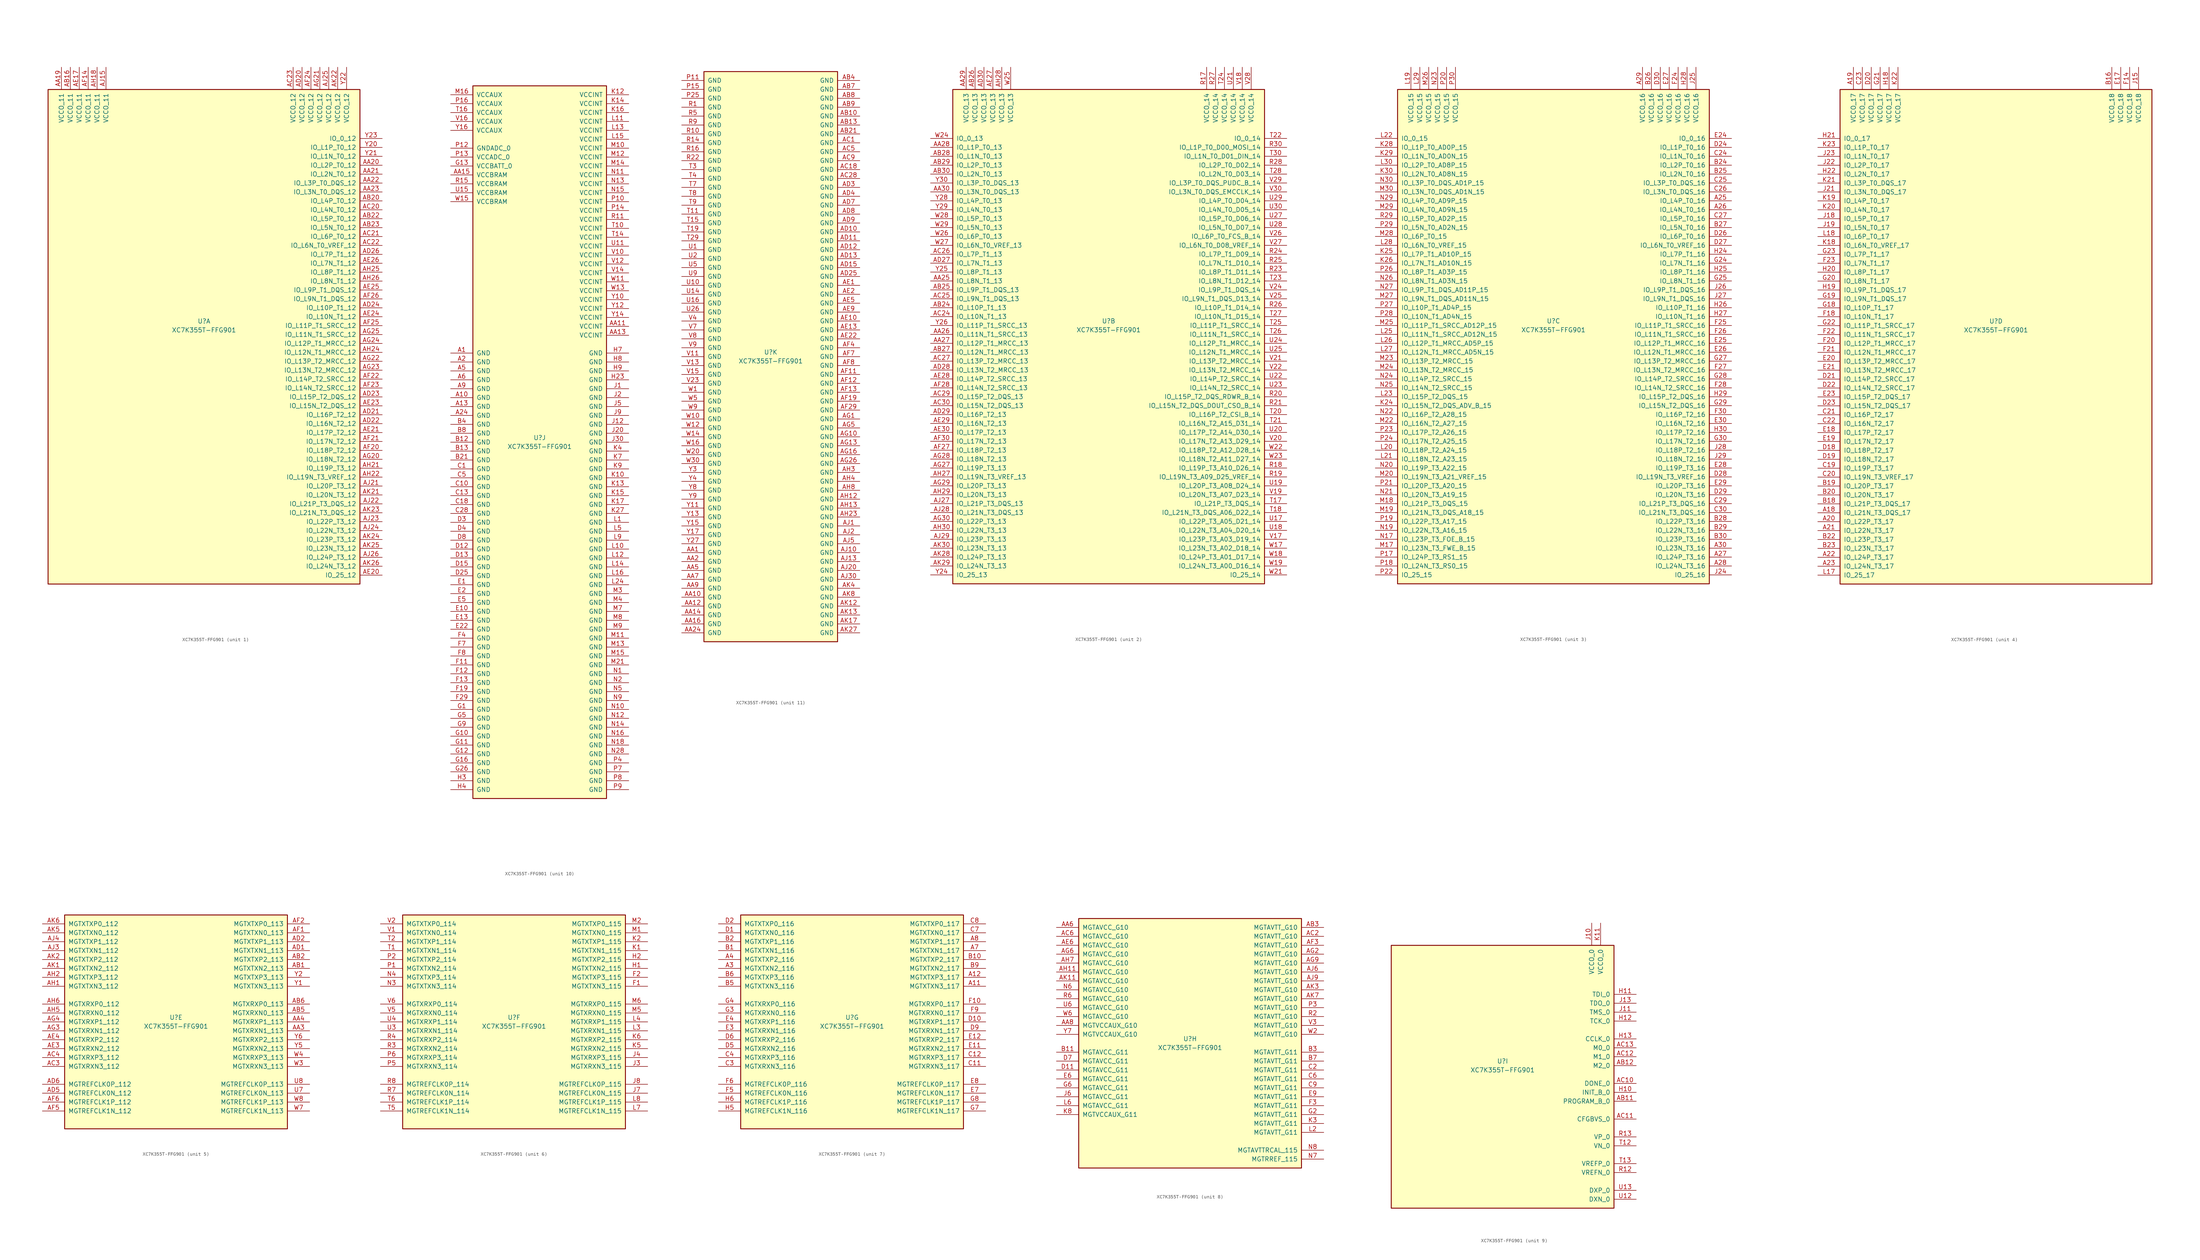
<source format=kicad_sym>
(kicad_symbol_lib
  (version 20201005)
  (generator kicad_symbol_editor)
  (symbol "FPGA_Xilinx_Kintex7:XC7K355T-FFG901"
    (pin_names
      (offset 1.016))
    (property "Reference" "U"
      (at 0 1.27 0)
      (effects (font (size 1.27 1.27))))
    (property "Value" "XC7K355T-FFG901"
      (at 0 -1.27 0)
      (effects (font (size 1.27 1.27))))
    (property "Datasheet" ""
      (at 0 0 0)
      (effects (font (size 1.27 1.27))))
    (property "ki_locked" ""
      (at 0 0 0)
      (effects (font (size 1.27 1.27))))
    (symbol "XC7K355T-FFG901_1_1"
      (rectangle (start -44.45 67.31) (end 44.45 -73.66) (stroke (width 0.254)) (fill (type background)))
      (pin power_in line (at -40.64 73.66 270) (length 6.35) (name "VCCO_11" (effects (font (size 1.27 1.27)))) (number "AA19" (effects (font (size 1.27 1.27)))))
      (pin power_in line (at -38.1 73.66 270) (length 6.35) (name "VCCO_11" (effects (font (size 1.27 1.27)))) (number "AB16" (effects (font (size 1.27 1.27)))))
      (pin power_in line (at -35.56 73.66 270) (length 6.35) (name "VCCO_11" (effects (font (size 1.27 1.27)))) (number "AE17" (effects (font (size 1.27 1.27)))))
      (pin power_in line (at -33.02 73.66 270) (length 6.35) (name "VCCO_11" (effects (font (size 1.27 1.27)))) (number "AF14" (effects (font (size 1.27 1.27)))))
      (pin power_in line (at -30.48 73.66 270) (length 6.35) (name "VCCO_11" (effects (font (size 1.27 1.27)))) (number "AH18" (effects (font (size 1.27 1.27)))))
      (pin power_in line (at -27.94 73.66 270) (length 6.35) (name "VCCO_11" (effects (font (size 1.27 1.27)))) (number "AJ15" (effects (font (size 1.27 1.27)))))
      (pin power_in line (at 25.4 73.66 270) (length 6.35) (name "VCCO_12" (effects (font (size 1.27 1.27)))) (number "AC23" (effects (font (size 1.27 1.27)))))
      (pin power_in line (at 27.94 73.66 270) (length 6.35) (name "VCCO_12" (effects (font (size 1.27 1.27)))) (number "AD20" (effects (font (size 1.27 1.27)))))
      (pin power_in line (at 30.48 73.66 270) (length 6.35) (name "VCCO_12" (effects (font (size 1.27 1.27)))) (number "AF24" (effects (font (size 1.27 1.27)))))
      (pin power_in line (at 33.02 73.66 270) (length 6.35) (name "VCCO_12" (effects (font (size 1.27 1.27)))) (number "AG21" (effects (font (size 1.27 1.27)))))
      (pin power_in line (at 35.56 73.66 270) (length 6.35) (name "VCCO_12" (effects (font (size 1.27 1.27)))) (number "AJ25" (effects (font (size 1.27 1.27)))))
      (pin power_in line (at 38.1 73.66 270) (length 6.35) (name "VCCO_12" (effects (font (size 1.27 1.27)))) (number "AK22" (effects (font (size 1.27 1.27)))))
      (pin power_in line (at 40.64 73.66 270) (length 6.35) (name "VCCO_12" (effects (font (size 1.27 1.27)))) (number "Y22" (effects (font (size 1.27 1.27)))))
      (pin bidirectional line (at 50.8 53.34 180) (length 6.35) (name "IO_0_12" (effects (font (size 1.27 1.27)))) (number "Y23" (effects (font (size 1.27 1.27)))))
      (pin bidirectional line (at 50.8 50.8 180) (length 6.35) (name "IO_L1P_T0_12" (effects (font (size 1.27 1.27)))) (number "Y20" (effects (font (size 1.27 1.27)))))
      (pin bidirectional line (at 50.8 48.26 180) (length 6.35) (name "IO_L1N_T0_12" (effects (font (size 1.27 1.27)))) (number "Y21" (effects (font (size 1.27 1.27)))))
      (pin bidirectional line (at 50.8 45.72 180) (length 6.35) (name "IO_L2P_T0_12" (effects (font (size 1.27 1.27)))) (number "AA20" (effects (font (size 1.27 1.27)))))
      (pin bidirectional line (at 50.8 43.18 180) (length 6.35) (name "IO_L2N_T0_12" (effects (font (size 1.27 1.27)))) (number "AA21" (effects (font (size 1.27 1.27)))))
      (pin bidirectional line (at 50.8 40.64 180) (length 6.35) (name "IO_L3P_T0_DQS_12" (effects (font (size 1.27 1.27)))) (number "AA22" (effects (font (size 1.27 1.27)))))
      (pin bidirectional line (at 50.8 38.1 180) (length 6.35) (name "IO_L3N_T0_DQS_12" (effects (font (size 1.27 1.27)))) (number "AA23" (effects (font (size 1.27 1.27)))))
      (pin bidirectional line (at 50.8 35.56 180) (length 6.35) (name "IO_L4P_T0_12" (effects (font (size 1.27 1.27)))) (number "AB20" (effects (font (size 1.27 1.27)))))
      (pin bidirectional line (at 50.8 33.02 180) (length 6.35) (name "IO_L4N_T0_12" (effects (font (size 1.27 1.27)))) (number "AC20" (effects (font (size 1.27 1.27)))))
      (pin bidirectional line (at 50.8 30.48 180) (length 6.35) (name "IO_L5P_T0_12" (effects (font (size 1.27 1.27)))) (number "AB22" (effects (font (size 1.27 1.27)))))
      (pin bidirectional line (at 50.8 27.94 180) (length 6.35) (name "IO_L5N_T0_12" (effects (font (size 1.27 1.27)))) (number "AB23" (effects (font (size 1.27 1.27)))))
      (pin bidirectional line (at 50.8 25.4 180) (length 6.35) (name "IO_L6P_T0_12" (effects (font (size 1.27 1.27)))) (number "AC21" (effects (font (size 1.27 1.27)))))
      (pin bidirectional line (at 50.8 22.86 180) (length 6.35) (name "IO_L6N_T0_VREF_12" (effects (font (size 1.27 1.27)))) (number "AC22" (effects (font (size 1.27 1.27)))))
      (pin bidirectional line (at 50.8 20.32 180) (length 6.35) (name "IO_L7P_T1_12" (effects (font (size 1.27 1.27)))) (number "AD26" (effects (font (size 1.27 1.27)))))
      (pin bidirectional line (at 50.8 17.78 180) (length 6.35) (name "IO_L7N_T1_12" (effects (font (size 1.27 1.27)))) (number "AE26" (effects (font (size 1.27 1.27)))))
      (pin bidirectional line (at 50.8 15.24 180) (length 6.35) (name "IO_L8P_T1_12" (effects (font (size 1.27 1.27)))) (number "AH25" (effects (font (size 1.27 1.27)))))
      (pin bidirectional line (at 50.8 12.7 180) (length 6.35) (name "IO_L8N_T1_12" (effects (font (size 1.27 1.27)))) (number "AH26" (effects (font (size 1.27 1.27)))))
      (pin bidirectional line (at 50.8 10.16 180) (length 6.35) (name "IO_L9P_T1_DQS_12" (effects (font (size 1.27 1.27)))) (number "AE25" (effects (font (size 1.27 1.27)))))
      (pin bidirectional line (at 50.8 7.62 180) (length 6.35) (name "IO_L9N_T1_DQS_12" (effects (font (size 1.27 1.27)))) (number "AF26" (effects (font (size 1.27 1.27)))))
      (pin bidirectional line (at 50.8 5.08 180) (length 6.35) (name "IO_L10P_T1_12" (effects (font (size 1.27 1.27)))) (number "AD24" (effects (font (size 1.27 1.27)))))
      (pin bidirectional line (at 50.8 2.54 180) (length 6.35) (name "IO_L10N_T1_12" (effects (font (size 1.27 1.27)))) (number "AE24" (effects (font (size 1.27 1.27)))))
      (pin bidirectional line (at 50.8 0 180) (length 6.35) (name "IO_L11P_T1_SRCC_12" (effects (font (size 1.27 1.27)))) (number "AF25" (effects (font (size 1.27 1.27)))))
      (pin bidirectional line (at 50.8 -2.54 180) (length 6.35) (name "IO_L11N_T1_SRCC_12" (effects (font (size 1.27 1.27)))) (number "AG25" (effects (font (size 1.27 1.27)))))
      (pin bidirectional line (at 50.8 -5.08 180) (length 6.35) (name "IO_L12P_T1_MRCC_12" (effects (font (size 1.27 1.27)))) (number "AG24" (effects (font (size 1.27 1.27)))))
      (pin bidirectional line (at 50.8 -7.62 180) (length 6.35) (name "IO_L12N_T1_MRCC_12" (effects (font (size 1.27 1.27)))) (number "AH24" (effects (font (size 1.27 1.27)))))
      (pin bidirectional line (at 50.8 -10.16 180) (length 6.35) (name "IO_L13P_T2_MRCC_12" (effects (font (size 1.27 1.27)))) (number "AG22" (effects (font (size 1.27 1.27)))))
      (pin bidirectional line (at 50.8 -12.7 180) (length 6.35) (name "IO_L13N_T2_MRCC_12" (effects (font (size 1.27 1.27)))) (number "AG23" (effects (font (size 1.27 1.27)))))
      (pin bidirectional line (at 50.8 -15.24 180) (length 6.35) (name "IO_L14P_T2_SRCC_12" (effects (font (size 1.27 1.27)))) (number "AF22" (effects (font (size 1.27 1.27)))))
      (pin bidirectional line (at 50.8 -17.78 180) (length 6.35) (name "IO_L14N_T2_SRCC_12" (effects (font (size 1.27 1.27)))) (number "AF23" (effects (font (size 1.27 1.27)))))
      (pin bidirectional line (at 50.8 -20.32 180) (length 6.35) (name "IO_L15P_T2_DQS_12" (effects (font (size 1.27 1.27)))) (number "AD23" (effects (font (size 1.27 1.27)))))
      (pin bidirectional line (at 50.8 -22.86 180) (length 6.35) (name "IO_L15N_T2_DQS_12" (effects (font (size 1.27 1.27)))) (number "AE23" (effects (font (size 1.27 1.27)))))
      (pin bidirectional line (at 50.8 -25.4 180) (length 6.35) (name "IO_L16P_T2_12" (effects (font (size 1.27 1.27)))) (number "AD21" (effects (font (size 1.27 1.27)))))
      (pin bidirectional line (at 50.8 -27.94 180) (length 6.35) (name "IO_L16N_T2_12" (effects (font (size 1.27 1.27)))) (number "AD22" (effects (font (size 1.27 1.27)))))
      (pin bidirectional line (at 50.8 -30.48 180) (length 6.35) (name "IO_L17P_T2_12" (effects (font (size 1.27 1.27)))) (number "AE21" (effects (font (size 1.27 1.27)))))
      (pin bidirectional line (at 50.8 -33.02 180) (length 6.35) (name "IO_L17N_T2_12" (effects (font (size 1.27 1.27)))) (number "AF21" (effects (font (size 1.27 1.27)))))
      (pin bidirectional line (at 50.8 -35.56 180) (length 6.35) (name "IO_L18P_T2_12" (effects (font (size 1.27 1.27)))) (number "AF20" (effects (font (size 1.27 1.27)))))
      (pin bidirectional line (at 50.8 -38.1 180) (length 6.35) (name "IO_L18N_T2_12" (effects (font (size 1.27 1.27)))) (number "AG20" (effects (font (size 1.27 1.27)))))
      (pin bidirectional line (at 50.8 -40.64 180) (length 6.35) (name "IO_L19P_T3_12" (effects (font (size 1.27 1.27)))) (number "AH21" (effects (font (size 1.27 1.27)))))
      (pin bidirectional line (at 50.8 -43.18 180) (length 6.35) (name "IO_L19N_T3_VREF_12" (effects (font (size 1.27 1.27)))) (number "AH22" (effects (font (size 1.27 1.27)))))
      (pin bidirectional line (at 50.8 -45.72 180) (length 6.35) (name "IO_L20P_T3_12" (effects (font (size 1.27 1.27)))) (number "AJ21" (effects (font (size 1.27 1.27)))))
      (pin bidirectional line (at 50.8 -48.26 180) (length 6.35) (name "IO_L20N_T3_12" (effects (font (size 1.27 1.27)))) (number "AK21" (effects (font (size 1.27 1.27)))))
      (pin bidirectional line (at 50.8 -50.8 180) (length 6.35) (name "IO_L21P_T3_DQS_12" (effects (font (size 1.27 1.27)))) (number "AJ22" (effects (font (size 1.27 1.27)))))
      (pin bidirectional line (at 50.8 -53.34 180) (length 6.35) (name "IO_L21N_T3_DQS_12" (effects (font (size 1.27 1.27)))) (number "AK23" (effects (font (size 1.27 1.27)))))
      (pin bidirectional line (at 50.8 -55.88 180) (length 6.35) (name "IO_L22P_T3_12" (effects (font (size 1.27 1.27)))) (number "AJ23" (effects (font (size 1.27 1.27)))))
      (pin bidirectional line (at 50.8 -58.42 180) (length 6.35) (name "IO_L22N_T3_12" (effects (font (size 1.27 1.27)))) (number "AJ24" (effects (font (size 1.27 1.27)))))
      (pin bidirectional line (at 50.8 -60.96 180) (length 6.35) (name "IO_L23P_T3_12" (effects (font (size 1.27 1.27)))) (number "AK24" (effects (font (size 1.27 1.27)))))
      (pin bidirectional line (at 50.8 -63.5 180) (length 6.35) (name "IO_L23N_T3_12" (effects (font (size 1.27 1.27)))) (number "AK25" (effects (font (size 1.27 1.27)))))
      (pin bidirectional line (at 50.8 -66.04 180) (length 6.35) (name "IO_L24P_T3_12" (effects (font (size 1.27 1.27)))) (number "AJ26" (effects (font (size 1.27 1.27)))))
      (pin bidirectional line (at 50.8 -68.58 180) (length 6.35) (name "IO_L24N_T3_12" (effects (font (size 1.27 1.27)))) (number "AK26" (effects (font (size 1.27 1.27)))))
      (pin bidirectional line (at 50.8 -71.12 180) (length 6.35) (name "IO_25_12" (effects (font (size 1.27 1.27)))) (number "AE20" (effects (font (size 1.27 1.27))))))
    (symbol "XC7K355T-FFG901_2_1"
      (rectangle (start -44.45 67.31) (end 44.45 -73.66) (stroke (width 0.254)) (fill (type background)))
      (pin power_in line (at -40.64 73.66 270) (length 6.35) (name "VCCO_13" (effects (font (size 1.27 1.27)))) (number "AA29" (effects (font (size 1.27 1.27)))))
      (pin power_in line (at -38.1 73.66 270) (length 6.35) (name "VCCO_13" (effects (font (size 1.27 1.27)))) (number "AB26" (effects (font (size 1.27 1.27)))))
      (pin power_in line (at -35.56 73.66 270) (length 6.35) (name "VCCO_13" (effects (font (size 1.27 1.27)))) (number "AD30" (effects (font (size 1.27 1.27)))))
      (pin power_in line (at -33.02 73.66 270) (length 6.35) (name "VCCO_13" (effects (font (size 1.27 1.27)))) (number "AE27" (effects (font (size 1.27 1.27)))))
      (pin power_in line (at -30.48 73.66 270) (length 6.35) (name "VCCO_13" (effects (font (size 1.27 1.27)))) (number "AH28" (effects (font (size 1.27 1.27)))))
      (pin power_in line (at -27.94 73.66 270) (length 6.35) (name "VCCO_13" (effects (font (size 1.27 1.27)))) (number "W25" (effects (font (size 1.27 1.27)))))
      (pin bidirectional line (at -50.8 53.34 0) (length 6.35) (name "IO_0_13" (effects (font (size 1.27 1.27)))) (number "W24" (effects (font (size 1.27 1.27)))))
      (pin bidirectional line (at -50.8 50.8 0) (length 6.35) (name "IO_L1P_T0_13" (effects (font (size 1.27 1.27)))) (number "AA28" (effects (font (size 1.27 1.27)))))
      (pin bidirectional line (at -50.8 48.26 0) (length 6.35) (name "IO_L1N_T0_13" (effects (font (size 1.27 1.27)))) (number "AB28" (effects (font (size 1.27 1.27)))))
      (pin bidirectional line (at -50.8 45.72 0) (length 6.35) (name "IO_L2P_T0_13" (effects (font (size 1.27 1.27)))) (number "AB29" (effects (font (size 1.27 1.27)))))
      (pin bidirectional line (at -50.8 43.18 0) (length 6.35) (name "IO_L2N_T0_13" (effects (font (size 1.27 1.27)))) (number "AB30" (effects (font (size 1.27 1.27)))))
      (pin bidirectional line (at -50.8 40.64 0) (length 6.35) (name "IO_L3P_T0_DQS_13" (effects (font (size 1.27 1.27)))) (number "Y30" (effects (font (size 1.27 1.27)))))
      (pin bidirectional line (at -50.8 38.1 0) (length 6.35) (name "IO_L3N_T0_DQS_13" (effects (font (size 1.27 1.27)))) (number "AA30" (effects (font (size 1.27 1.27)))))
      (pin bidirectional line (at -50.8 35.56 0) (length 6.35) (name "IO_L4P_T0_13" (effects (font (size 1.27 1.27)))) (number "Y28" (effects (font (size 1.27 1.27)))))
      (pin bidirectional line (at -50.8 33.02 0) (length 6.35) (name "IO_L4N_T0_13" (effects (font (size 1.27 1.27)))) (number "Y29" (effects (font (size 1.27 1.27)))))
      (pin bidirectional line (at -50.8 30.48 0) (length 6.35) (name "IO_L5P_T0_13" (effects (font (size 1.27 1.27)))) (number "W28" (effects (font (size 1.27 1.27)))))
      (pin bidirectional line (at -50.8 27.94 0) (length 6.35) (name "IO_L5N_T0_13" (effects (font (size 1.27 1.27)))) (number "W29" (effects (font (size 1.27 1.27)))))
      (pin bidirectional line (at -50.8 25.4 0) (length 6.35) (name "IO_L6P_T0_13" (effects (font (size 1.27 1.27)))) (number "W26" (effects (font (size 1.27 1.27)))))
      (pin bidirectional line (at -50.8 22.86 0) (length 6.35) (name "IO_L6N_T0_VREF_13" (effects (font (size 1.27 1.27)))) (number "W27" (effects (font (size 1.27 1.27)))))
      (pin bidirectional line (at -50.8 20.32 0) (length 6.35) (name "IO_L7P_T1_13" (effects (font (size 1.27 1.27)))) (number "AC26" (effects (font (size 1.27 1.27)))))
      (pin bidirectional line (at -50.8 17.78 0) (length 6.35) (name "IO_L7N_T1_13" (effects (font (size 1.27 1.27)))) (number "AD27" (effects (font (size 1.27 1.27)))))
      (pin bidirectional line (at -50.8 15.24 0) (length 6.35) (name "IO_L8P_T1_13" (effects (font (size 1.27 1.27)))) (number "Y25" (effects (font (size 1.27 1.27)))))
      (pin bidirectional line (at -50.8 12.7 0) (length 6.35) (name "IO_L8N_T1_13" (effects (font (size 1.27 1.27)))) (number "AA25" (effects (font (size 1.27 1.27)))))
      (pin bidirectional line (at -50.8 10.16 0) (length 6.35) (name "IO_L9P_T1_DQS_13" (effects (font (size 1.27 1.27)))) (number "AB25" (effects (font (size 1.27 1.27)))))
      (pin bidirectional line (at -50.8 7.62 0) (length 6.35) (name "IO_L9N_T1_DQS_13" (effects (font (size 1.27 1.27)))) (number "AC25" (effects (font (size 1.27 1.27)))))
      (pin bidirectional line (at -50.8 5.08 0) (length 6.35) (name "IO_L10P_T1_13" (effects (font (size 1.27 1.27)))) (number "AB24" (effects (font (size 1.27 1.27)))))
      (pin bidirectional line (at -50.8 2.54 0) (length 6.35) (name "IO_L10N_T1_13" (effects (font (size 1.27 1.27)))) (number "AC24" (effects (font (size 1.27 1.27)))))
      (pin bidirectional line (at -50.8 0 0) (length 6.35) (name "IO_L11P_T1_SRCC_13" (effects (font (size 1.27 1.27)))) (number "Y26" (effects (font (size 1.27 1.27)))))
      (pin bidirectional line (at -50.8 -2.54 0) (length 6.35) (name "IO_L11N_T1_SRCC_13" (effects (font (size 1.27 1.27)))) (number "AA26" (effects (font (size 1.27 1.27)))))
      (pin bidirectional line (at -50.8 -5.08 0) (length 6.35) (name "IO_L12P_T1_MRCC_13" (effects (font (size 1.27 1.27)))) (number "AA27" (effects (font (size 1.27 1.27)))))
      (pin bidirectional line (at -50.8 -7.62 0) (length 6.35) (name "IO_L12N_T1_MRCC_13" (effects (font (size 1.27 1.27)))) (number "AB27" (effects (font (size 1.27 1.27)))))
      (pin bidirectional line (at -50.8 -10.16 0) (length 6.35) (name "IO_L13P_T2_MRCC_13" (effects (font (size 1.27 1.27)))) (number "AC27" (effects (font (size 1.27 1.27)))))
      (pin bidirectional line (at -50.8 -12.7 0) (length 6.35) (name "IO_L13N_T2_MRCC_13" (effects (font (size 1.27 1.27)))) (number "AD28" (effects (font (size 1.27 1.27)))))
      (pin bidirectional line (at -50.8 -15.24 0) (length 6.35) (name "IO_L14P_T2_SRCC_13" (effects (font (size 1.27 1.27)))) (number "AE28" (effects (font (size 1.27 1.27)))))
      (pin bidirectional line (at -50.8 -17.78 0) (length 6.35) (name "IO_L14N_T2_SRCC_13" (effects (font (size 1.27 1.27)))) (number "AF28" (effects (font (size 1.27 1.27)))))
      (pin bidirectional line (at -50.8 -20.32 0) (length 6.35) (name "IO_L15P_T2_DQS_13" (effects (font (size 1.27 1.27)))) (number "AC29" (effects (font (size 1.27 1.27)))))
      (pin bidirectional line (at -50.8 -22.86 0) (length 6.35) (name "IO_L15N_T2_DQS_13" (effects (font (size 1.27 1.27)))) (number "AC30" (effects (font (size 1.27 1.27)))))
      (pin bidirectional line (at -50.8 -25.4 0) (length 6.35) (name "IO_L16P_T2_13" (effects (font (size 1.27 1.27)))) (number "AD29" (effects (font (size 1.27 1.27)))))
      (pin bidirectional line (at -50.8 -27.94 0) (length 6.35) (name "IO_L16N_T2_13" (effects (font (size 1.27 1.27)))) (number "AE29" (effects (font (size 1.27 1.27)))))
      (pin bidirectional line (at -50.8 -30.48 0) (length 6.35) (name "IO_L17P_T2_13" (effects (font (size 1.27 1.27)))) (number "AE30" (effects (font (size 1.27 1.27)))))
      (pin bidirectional line (at -50.8 -33.02 0) (length 6.35) (name "IO_L17N_T2_13" (effects (font (size 1.27 1.27)))) (number "AF30" (effects (font (size 1.27 1.27)))))
      (pin bidirectional line (at -50.8 -35.56 0) (length 6.35) (name "IO_L18P_T2_13" (effects (font (size 1.27 1.27)))) (number "AF27" (effects (font (size 1.27 1.27)))))
      (pin bidirectional line (at -50.8 -38.1 0) (length 6.35) (name "IO_L18N_T2_13" (effects (font (size 1.27 1.27)))) (number "AG28" (effects (font (size 1.27 1.27)))))
      (pin bidirectional line (at -50.8 -40.64 0) (length 6.35) (name "IO_L19P_T3_13" (effects (font (size 1.27 1.27)))) (number "AG27" (effects (font (size 1.27 1.27)))))
      (pin bidirectional line (at -50.8 -43.18 0) (length 6.35) (name "IO_L19N_T3_VREF_13" (effects (font (size 1.27 1.27)))) (number "AH27" (effects (font (size 1.27 1.27)))))
      (pin bidirectional line (at -50.8 -45.72 0) (length 6.35) (name "IO_L20P_T3_13" (effects (font (size 1.27 1.27)))) (number "AG29" (effects (font (size 1.27 1.27)))))
      (pin bidirectional line (at -50.8 -48.26 0) (length 6.35) (name "IO_L20N_T3_13" (effects (font (size 1.27 1.27)))) (number "AH29" (effects (font (size 1.27 1.27)))))
      (pin bidirectional line (at -50.8 -50.8 0) (length 6.35) (name "IO_L21P_T3_DQS_13" (effects (font (size 1.27 1.27)))) (number "AJ27" (effects (font (size 1.27 1.27)))))
      (pin bidirectional line (at -50.8 -53.34 0) (length 6.35) (name "IO_L21N_T3_DQS_13" (effects (font (size 1.27 1.27)))) (number "AJ28" (effects (font (size 1.27 1.27)))))
      (pin bidirectional line (at -50.8 -55.88 0) (length 6.35) (name "IO_L22P_T3_13" (effects (font (size 1.27 1.27)))) (number "AG30" (effects (font (size 1.27 1.27)))))
      (pin bidirectional line (at -50.8 -58.42 0) (length 6.35) (name "IO_L22N_T3_13" (effects (font (size 1.27 1.27)))) (number "AH30" (effects (font (size 1.27 1.27)))))
      (pin bidirectional line (at -50.8 -60.96 0) (length 6.35) (name "IO_L23P_T3_13" (effects (font (size 1.27 1.27)))) (number "AJ29" (effects (font (size 1.27 1.27)))))
      (pin bidirectional line (at -50.8 -63.5 0) (length 6.35) (name "IO_L23N_T3_13" (effects (font (size 1.27 1.27)))) (number "AK30" (effects (font (size 1.27 1.27)))))
      (pin bidirectional line (at -50.8 -66.04 0) (length 6.35) (name "IO_L24P_T3_13" (effects (font (size 1.27 1.27)))) (number "AK28" (effects (font (size 1.27 1.27)))))
      (pin bidirectional line (at -50.8 -68.58 0) (length 6.35) (name "IO_L24N_T3_13" (effects (font (size 1.27 1.27)))) (number "AK29" (effects (font (size 1.27 1.27)))))
      (pin bidirectional line (at -50.8 -71.12 0) (length 6.35) (name "IO_25_13" (effects (font (size 1.27 1.27)))) (number "Y24" (effects (font (size 1.27 1.27)))))
      (pin power_in line (at 27.94 73.66 270) (length 6.35) (name "VCCO_14" (effects (font (size 1.27 1.27)))) (number "R17" (effects (font (size 1.27 1.27)))))
      (pin power_in line (at 30.48 73.66 270) (length 6.35) (name "VCCO_14" (effects (font (size 1.27 1.27)))) (number "R27" (effects (font (size 1.27 1.27)))))
      (pin power_in line (at 33.02 73.66 270) (length 6.35) (name "VCCO_14" (effects (font (size 1.27 1.27)))) (number "T24" (effects (font (size 1.27 1.27)))))
      (pin power_in line (at 35.56 73.66 270) (length 6.35) (name "VCCO_14" (effects (font (size 1.27 1.27)))) (number "U21" (effects (font (size 1.27 1.27)))))
      (pin power_in line (at 38.1 73.66 270) (length 6.35) (name "VCCO_14" (effects (font (size 1.27 1.27)))) (number "V18" (effects (font (size 1.27 1.27)))))
      (pin power_in line (at 40.64 73.66 270) (length 6.35) (name "VCCO_14" (effects (font (size 1.27 1.27)))) (number "V28" (effects (font (size 1.27 1.27)))))
      (pin bidirectional line (at 50.8 53.34 180) (length 6.35) (name "IO_0_14" (effects (font (size 1.27 1.27)))) (number "T22" (effects (font (size 1.27 1.27)))))
      (pin bidirectional line (at 50.8 50.8 180) (length 6.35) (name "IO_L1P_T0_D00_MOSI_14" (effects (font (size 1.27 1.27)))) (number "R30" (effects (font (size 1.27 1.27)))))
      (pin bidirectional line (at 50.8 48.26 180) (length 6.35) (name "IO_L1N_T0_D01_DIN_14" (effects (font (size 1.27 1.27)))) (number "T30" (effects (font (size 1.27 1.27)))))
      (pin bidirectional line (at 50.8 45.72 180) (length 6.35) (name "IO_L2P_T0_D02_14" (effects (font (size 1.27 1.27)))) (number "R28" (effects (font (size 1.27 1.27)))))
      (pin bidirectional line (at 50.8 43.18 180) (length 6.35) (name "IO_L2N_T0_D03_14" (effects (font (size 1.27 1.27)))) (number "T28" (effects (font (size 1.27 1.27)))))
      (pin bidirectional line (at 50.8 40.64 180) (length 6.35) (name "IO_L3P_T0_DQS_PUDC_B_14" (effects (font (size 1.27 1.27)))) (number "V29" (effects (font (size 1.27 1.27)))))
      (pin bidirectional line (at 50.8 38.1 180) (length 6.35) (name "IO_L3N_T0_DQS_EMCCLK_14" (effects (font (size 1.27 1.27)))) (number "V30" (effects (font (size 1.27 1.27)))))
      (pin bidirectional line (at 50.8 35.56 180) (length 6.35) (name "IO_L4P_T0_D04_14" (effects (font (size 1.27 1.27)))) (number "U29" (effects (font (size 1.27 1.27)))))
      (pin bidirectional line (at 50.8 33.02 180) (length 6.35) (name "IO_L4N_T0_D05_14" (effects (font (size 1.27 1.27)))) (number "U30" (effects (font (size 1.27 1.27)))))
      (pin bidirectional line (at 50.8 30.48 180) (length 6.35) (name "IO_L5P_T0_D06_14" (effects (font (size 1.27 1.27)))) (number "U27" (effects (font (size 1.27 1.27)))))
      (pin bidirectional line (at 50.8 27.94 180) (length 6.35) (name "IO_L5N_T0_D07_14" (effects (font (size 1.27 1.27)))) (number "U28" (effects (font (size 1.27 1.27)))))
      (pin bidirectional line (at 50.8 25.4 180) (length 6.35) (name "IO_L6P_T0_FCS_B_14" (effects (font (size 1.27 1.27)))) (number "V26" (effects (font (size 1.27 1.27)))))
      (pin bidirectional line (at 50.8 22.86 180) (length 6.35) (name "IO_L6N_T0_D08_VREF_14" (effects (font (size 1.27 1.27)))) (number "V27" (effects (font (size 1.27 1.27)))))
      (pin bidirectional line (at 50.8 20.32 180) (length 6.35) (name "IO_L7P_T1_D09_14" (effects (font (size 1.27 1.27)))) (number "R24" (effects (font (size 1.27 1.27)))))
      (pin bidirectional line (at 50.8 17.78 180) (length 6.35) (name "IO_L7N_T1_D10_14" (effects (font (size 1.27 1.27)))) (number "R25" (effects (font (size 1.27 1.27)))))
      (pin bidirectional line (at 50.8 15.24 180) (length 6.35) (name "IO_L8P_T1_D11_14" (effects (font (size 1.27 1.27)))) (number "R23" (effects (font (size 1.27 1.27)))))
      (pin bidirectional line (at 50.8 12.7 180) (length 6.35) (name "IO_L8N_T1_D12_14" (effects (font (size 1.27 1.27)))) (number "T23" (effects (font (size 1.27 1.27)))))
      (pin bidirectional line (at 50.8 10.16 180) (length 6.35) (name "IO_L9P_T1_DQS_14" (effects (font (size 1.27 1.27)))) (number "V24" (effects (font (size 1.27 1.27)))))
      (pin bidirectional line (at 50.8 7.62 180) (length 6.35) (name "IO_L9N_T1_DQS_D13_14" (effects (font (size 1.27 1.27)))) (number "V25" (effects (font (size 1.27 1.27)))))
      (pin bidirectional line (at 50.8 5.08 180) (length 6.35) (name "IO_L10P_T1_D14_14" (effects (font (size 1.27 1.27)))) (number "R26" (effects (font (size 1.27 1.27)))))
      (pin bidirectional line (at 50.8 2.54 180) (length 6.35) (name "IO_L10N_T1_D15_14" (effects (font (size 1.27 1.27)))) (number "T27" (effects (font (size 1.27 1.27)))))
      (pin bidirectional line (at 50.8 0 180) (length 6.35) (name "IO_L11P_T1_SRCC_14" (effects (font (size 1.27 1.27)))) (number "T25" (effects (font (size 1.27 1.27)))))
      (pin bidirectional line (at 50.8 -2.54 180) (length 6.35) (name "IO_L11N_T1_SRCC_14" (effects (font (size 1.27 1.27)))) (number "T26" (effects (font (size 1.27 1.27)))))
      (pin bidirectional line (at 50.8 -5.08 180) (length 6.35) (name "IO_L12P_T1_MRCC_14" (effects (font (size 1.27 1.27)))) (number "U24" (effects (font (size 1.27 1.27)))))
      (pin bidirectional line (at 50.8 -7.62 180) (length 6.35) (name "IO_L12N_T1_MRCC_14" (effects (font (size 1.27 1.27)))) (number "U25" (effects (font (size 1.27 1.27)))))
      (pin bidirectional line (at 50.8 -10.16 180) (length 6.35) (name "IO_L13P_T2_MRCC_14" (effects (font (size 1.27 1.27)))) (number "V21" (effects (font (size 1.27 1.27)))))
      (pin bidirectional line (at 50.8 -12.7 180) (length 6.35) (name "IO_L13N_T2_MRCC_14" (effects (font (size 1.27 1.27)))) (number "V22" (effects (font (size 1.27 1.27)))))
      (pin bidirectional line (at 50.8 -15.24 180) (length 6.35) (name "IO_L14P_T2_SRCC_14" (effects (font (size 1.27 1.27)))) (number "U22" (effects (font (size 1.27 1.27)))))
      (pin bidirectional line (at 50.8 -17.78 180) (length 6.35) (name "IO_L14N_T2_SRCC_14" (effects (font (size 1.27 1.27)))) (number "U23" (effects (font (size 1.27 1.27)))))
      (pin bidirectional line (at 50.8 -20.32 180) (length 6.35) (name "IO_L15P_T2_DQS_RDWR_B_14" (effects (font (size 1.27 1.27)))) (number "R20" (effects (font (size 1.27 1.27)))))
      (pin bidirectional line (at 50.8 -22.86 180) (length 6.35) (name "IO_L15N_T2_DQS_DOUT_CSO_B_14" (effects (font (size 1.27 1.27)))) (number "R21" (effects (font (size 1.27 1.27)))))
      (pin bidirectional line (at 50.8 -25.4 180) (length 6.35) (name "IO_L16P_T2_CSI_B_14" (effects (font (size 1.27 1.27)))) (number "T20" (effects (font (size 1.27 1.27)))))
      (pin bidirectional line (at 50.8 -27.94 180) (length 6.35) (name "IO_L16N_T2_A15_D31_14" (effects (font (size 1.27 1.27)))) (number "T21" (effects (font (size 1.27 1.27)))))
      (pin bidirectional line (at 50.8 -30.48 180) (length 6.35) (name "IO_L17P_T2_A14_D30_14" (effects (font (size 1.27 1.27)))) (number "U20" (effects (font (size 1.27 1.27)))))
      (pin bidirectional line (at 50.8 -33.02 180) (length 6.35) (name "IO_L17N_T2_A13_D29_14" (effects (font (size 1.27 1.27)))) (number "V20" (effects (font (size 1.27 1.27)))))
      (pin bidirectional line (at 50.8 -35.56 180) (length 6.35) (name "IO_L18P_T2_A12_D28_14" (effects (font (size 1.27 1.27)))) (number "W22" (effects (font (size 1.27 1.27)))))
      (pin bidirectional line (at 50.8 -38.1 180) (length 6.35) (name "IO_L18N_T2_A11_D27_14" (effects (font (size 1.27 1.27)))) (number "W23" (effects (font (size 1.27 1.27)))))
      (pin bidirectional line (at 50.8 -40.64 180) (length 6.35) (name "IO_L19P_T3_A10_D26_14" (effects (font (size 1.27 1.27)))) (number "R18" (effects (font (size 1.27 1.27)))))
      (pin bidirectional line (at 50.8 -43.18 180) (length 6.35) (name "IO_L19N_T3_A09_D25_VREF_14" (effects (font (size 1.27 1.27)))) (number "R19" (effects (font (size 1.27 1.27)))))
      (pin bidirectional line (at 50.8 -45.72 180) (length 6.35) (name "IO_L20P_T3_A08_D24_14" (effects (font (size 1.27 1.27)))) (number "U19" (effects (font (size 1.27 1.27)))))
      (pin bidirectional line (at 50.8 -48.26 180) (length 6.35) (name "IO_L20N_T3_A07_D23_14" (effects (font (size 1.27 1.27)))) (number "V19" (effects (font (size 1.27 1.27)))))
      (pin bidirectional line (at 50.8 -50.8 180) (length 6.35) (name "IO_L21P_T3_DQS_14" (effects (font (size 1.27 1.27)))) (number "T17" (effects (font (size 1.27 1.27)))))
      (pin bidirectional line (at 50.8 -53.34 180) (length 6.35) (name "IO_L21N_T3_DQS_A06_D22_14" (effects (font (size 1.27 1.27)))) (number "T18" (effects (font (size 1.27 1.27)))))
      (pin bidirectional line (at 50.8 -55.88 180) (length 6.35) (name "IO_L22P_T3_A05_D21_14" (effects (font (size 1.27 1.27)))) (number "U17" (effects (font (size 1.27 1.27)))))
      (pin bidirectional line (at 50.8 -58.42 180) (length 6.35) (name "IO_L22N_T3_A04_D20_14" (effects (font (size 1.27 1.27)))) (number "U18" (effects (font (size 1.27 1.27)))))
      (pin bidirectional line (at 50.8 -60.96 180) (length 6.35) (name "IO_L23P_T3_A03_D19_14" (effects (font (size 1.27 1.27)))) (number "V17" (effects (font (size 1.27 1.27)))))
      (pin bidirectional line (at 50.8 -63.5 180) (length 6.35) (name "IO_L23N_T3_A02_D18_14" (effects (font (size 1.27 1.27)))) (number "W17" (effects (font (size 1.27 1.27)))))
      (pin bidirectional line (at 50.8 -66.04 180) (length 6.35) (name "IO_L24P_T3_A01_D17_14" (effects (font (size 1.27 1.27)))) (number "W18" (effects (font (size 1.27 1.27)))))
      (pin bidirectional line (at 50.8 -68.58 180) (length 6.35) (name "IO_L24N_T3_A00_D16_14" (effects (font (size 1.27 1.27)))) (number "W19" (effects (font (size 1.27 1.27)))))
      (pin bidirectional line (at 50.8 -71.12 180) (length 6.35) (name "IO_25_14" (effects (font (size 1.27 1.27)))) (number "W21" (effects (font (size 1.27 1.27))))))
    (symbol "XC7K355T-FFG901_3_1"
      (rectangle (start -44.45 67.31) (end 44.45 -73.66) (stroke (width 0.254)) (fill (type background)))
      (pin power_in line (at -40.64 73.66 270) (length 6.35) (name "VCCO_15" (effects (font (size 1.27 1.27)))) (number "L19" (effects (font (size 1.27 1.27)))))
      (pin power_in line (at -38.1 73.66 270) (length 6.35) (name "VCCO_15" (effects (font (size 1.27 1.27)))) (number "L29" (effects (font (size 1.27 1.27)))))
      (pin power_in line (at -35.56 73.66 270) (length 6.35) (name "VCCO_15" (effects (font (size 1.27 1.27)))) (number "M26" (effects (font (size 1.27 1.27)))))
      (pin power_in line (at -33.02 73.66 270) (length 6.35) (name "VCCO_15" (effects (font (size 1.27 1.27)))) (number "N23" (effects (font (size 1.27 1.27)))))
      (pin power_in line (at -30.48 73.66 270) (length 6.35) (name "VCCO_15" (effects (font (size 1.27 1.27)))) (number "P20" (effects (font (size 1.27 1.27)))))
      (pin power_in line (at -27.94 73.66 270) (length 6.35) (name "VCCO_15" (effects (font (size 1.27 1.27)))) (number "P30" (effects (font (size 1.27 1.27)))))
      (pin bidirectional line (at -50.8 53.34 0) (length 6.35) (name "IO_0_15" (effects (font (size 1.27 1.27)))) (number "L22" (effects (font (size 1.27 1.27)))))
      (pin bidirectional line (at -50.8 50.8 0) (length 6.35) (name "IO_L1P_T0_AD0P_15" (effects (font (size 1.27 1.27)))) (number "K28" (effects (font (size 1.27 1.27)))))
      (pin bidirectional line (at -50.8 48.26 0) (length 6.35) (name "IO_L1N_T0_AD0N_15" (effects (font (size 1.27 1.27)))) (number "K29" (effects (font (size 1.27 1.27)))))
      (pin bidirectional line (at -50.8 45.72 0) (length 6.35) (name "IO_L2P_T0_AD8P_15" (effects (font (size 1.27 1.27)))) (number "L30" (effects (font (size 1.27 1.27)))))
      (pin bidirectional line (at -50.8 43.18 0) (length 6.35) (name "IO_L2N_T0_AD8N_15" (effects (font (size 1.27 1.27)))) (number "K30" (effects (font (size 1.27 1.27)))))
      (pin bidirectional line (at -50.8 40.64 0) (length 6.35) (name "IO_L3P_T0_DQS_AD1P_15" (effects (font (size 1.27 1.27)))) (number "N30" (effects (font (size 1.27 1.27)))))
      (pin bidirectional line (at -50.8 38.1 0) (length 6.35) (name "IO_L3N_T0_DQS_AD1N_15" (effects (font (size 1.27 1.27)))) (number "M30" (effects (font (size 1.27 1.27)))))
      (pin bidirectional line (at -50.8 35.56 0) (length 6.35) (name "IO_L4P_T0_AD9P_15" (effects (font (size 1.27 1.27)))) (number "N29" (effects (font (size 1.27 1.27)))))
      (pin bidirectional line (at -50.8 33.02 0) (length 6.35) (name "IO_L4N_T0_AD9N_15" (effects (font (size 1.27 1.27)))) (number "M29" (effects (font (size 1.27 1.27)))))
      (pin bidirectional line (at -50.8 30.48 0) (length 6.35) (name "IO_L5P_T0_AD2P_15" (effects (font (size 1.27 1.27)))) (number "R29" (effects (font (size 1.27 1.27)))))
      (pin bidirectional line (at -50.8 27.94 0) (length 6.35) (name "IO_L5N_T0_AD2N_15" (effects (font (size 1.27 1.27)))) (number "P29" (effects (font (size 1.27 1.27)))))
      (pin bidirectional line (at -50.8 25.4 0) (length 6.35) (name "IO_L6P_T0_15" (effects (font (size 1.27 1.27)))) (number "M28" (effects (font (size 1.27 1.27)))))
      (pin bidirectional line (at -50.8 22.86 0) (length 6.35) (name "IO_L6N_T0_VREF_15" (effects (font (size 1.27 1.27)))) (number "L28" (effects (font (size 1.27 1.27)))))
      (pin bidirectional line (at -50.8 20.32 0) (length 6.35) (name "IO_L7P_T1_AD10P_15" (effects (font (size 1.27 1.27)))) (number "K25" (effects (font (size 1.27 1.27)))))
      (pin bidirectional line (at -50.8 17.78 0) (length 6.35) (name "IO_L7N_T1_AD10N_15" (effects (font (size 1.27 1.27)))) (number "K26" (effects (font (size 1.27 1.27)))))
      (pin bidirectional line (at -50.8 15.24 0) (length 6.35) (name "IO_L8P_T1_AD3P_15" (effects (font (size 1.27 1.27)))) (number "P26" (effects (font (size 1.27 1.27)))))
      (pin bidirectional line (at -50.8 12.7 0) (length 6.35) (name "IO_L8N_T1_AD3N_15" (effects (font (size 1.27 1.27)))) (number "N26" (effects (font (size 1.27 1.27)))))
      (pin bidirectional line (at -50.8 10.16 0) (length 6.35) (name "IO_L9P_T1_DQS_AD11P_15" (effects (font (size 1.27 1.27)))) (number "N27" (effects (font (size 1.27 1.27)))))
      (pin bidirectional line (at -50.8 7.62 0) (length 6.35) (name "IO_L9N_T1_DQS_AD11N_15" (effects (font (size 1.27 1.27)))) (number "M27" (effects (font (size 1.27 1.27)))))
      (pin bidirectional line (at -50.8 5.08 0) (length 6.35) (name "IO_L10P_T1_AD4P_15" (effects (font (size 1.27 1.27)))) (number "P27" (effects (font (size 1.27 1.27)))))
      (pin bidirectional line (at -50.8 2.54 0) (length 6.35) (name "IO_L10N_T1_AD4N_15" (effects (font (size 1.27 1.27)))) (number "P28" (effects (font (size 1.27 1.27)))))
      (pin bidirectional line (at -50.8 0 0) (length 6.35) (name "IO_L11P_T1_SRCC_AD12P_15" (effects (font (size 1.27 1.27)))) (number "M25" (effects (font (size 1.27 1.27)))))
      (pin bidirectional line (at -50.8 -2.54 0) (length 6.35) (name "IO_L11N_T1_SRCC_AD12N_15" (effects (font (size 1.27 1.27)))) (number "L25" (effects (font (size 1.27 1.27)))))
      (pin bidirectional line (at -50.8 -5.08 0) (length 6.35) (name "IO_L12P_T1_MRCC_AD5P_15" (effects (font (size 1.27 1.27)))) (number "L26" (effects (font (size 1.27 1.27)))))
      (pin bidirectional line (at -50.8 -7.62 0) (length 6.35) (name "IO_L12N_T1_MRCC_AD5N_15" (effects (font (size 1.27 1.27)))) (number "L27" (effects (font (size 1.27 1.27)))))
      (pin bidirectional line (at -50.8 -10.16 0) (length 6.35) (name "IO_L13P_T2_MRCC_15" (effects (font (size 1.27 1.27)))) (number "M23" (effects (font (size 1.27 1.27)))))
      (pin bidirectional line (at -50.8 -12.7 0) (length 6.35) (name "IO_L13N_T2_MRCC_15" (effects (font (size 1.27 1.27)))) (number "M24" (effects (font (size 1.27 1.27)))))
      (pin bidirectional line (at -50.8 -15.24 0) (length 6.35) (name "IO_L14P_T2_SRCC_15" (effects (font (size 1.27 1.27)))) (number "N24" (effects (font (size 1.27 1.27)))))
      (pin bidirectional line (at -50.8 -17.78 0) (length 6.35) (name "IO_L14N_T2_SRCC_15" (effects (font (size 1.27 1.27)))) (number "N25" (effects (font (size 1.27 1.27)))))
      (pin bidirectional line (at -50.8 -20.32 0) (length 6.35) (name "IO_L15P_T2_DQS_15" (effects (font (size 1.27 1.27)))) (number "L23" (effects (font (size 1.27 1.27)))))
      (pin bidirectional line (at -50.8 -22.86 0) (length 6.35) (name "IO_L15N_T2_DQS_ADV_B_15" (effects (font (size 1.27 1.27)))) (number "K24" (effects (font (size 1.27 1.27)))))
      (pin bidirectional line (at -50.8 -25.4 0) (length 6.35) (name "IO_L16P_T2_A28_15" (effects (font (size 1.27 1.27)))) (number "N22" (effects (font (size 1.27 1.27)))))
      (pin bidirectional line (at -50.8 -27.94 0) (length 6.35) (name "IO_L16N_T2_A27_15" (effects (font (size 1.27 1.27)))) (number "M22" (effects (font (size 1.27 1.27)))))
      (pin bidirectional line (at -50.8 -30.48 0) (length 6.35) (name "IO_L17P_T2_A26_15" (effects (font (size 1.27 1.27)))) (number "P23" (effects (font (size 1.27 1.27)))))
      (pin bidirectional line (at -50.8 -33.02 0) (length 6.35) (name "IO_L17N_T2_A25_15" (effects (font (size 1.27 1.27)))) (number "P24" (effects (font (size 1.27 1.27)))))
      (pin bidirectional line (at -50.8 -35.56 0) (length 6.35) (name "IO_L18P_T2_A24_15" (effects (font (size 1.27 1.27)))) (number "L20" (effects (font (size 1.27 1.27)))))
      (pin bidirectional line (at -50.8 -38.1 0) (length 6.35) (name "IO_L18N_T2_A23_15" (effects (font (size 1.27 1.27)))) (number "L21" (effects (font (size 1.27 1.27)))))
      (pin bidirectional line (at -50.8 -40.64 0) (length 6.35) (name "IO_L19P_T3_A22_15" (effects (font (size 1.27 1.27)))) (number "N20" (effects (font (size 1.27 1.27)))))
      (pin bidirectional line (at -50.8 -43.18 0) (length 6.35) (name "IO_L19N_T3_A21_VREF_15" (effects (font (size 1.27 1.27)))) (number "M20" (effects (font (size 1.27 1.27)))))
      (pin bidirectional line (at -50.8 -45.72 0) (length 6.35) (name "IO_L20P_T3_A20_15" (effects (font (size 1.27 1.27)))) (number "P21" (effects (font (size 1.27 1.27)))))
      (pin bidirectional line (at -50.8 -48.26 0) (length 6.35) (name "IO_L20N_T3_A19_15" (effects (font (size 1.27 1.27)))) (number "N21" (effects (font (size 1.27 1.27)))))
      (pin bidirectional line (at -50.8 -50.8 0) (length 6.35) (name "IO_L21P_T3_DQS_15" (effects (font (size 1.27 1.27)))) (number "M18" (effects (font (size 1.27 1.27)))))
      (pin bidirectional line (at -50.8 -53.34 0) (length 6.35) (name "IO_L21N_T3_DQS_A18_15" (effects (font (size 1.27 1.27)))) (number "M19" (effects (font (size 1.27 1.27)))))
      (pin bidirectional line (at -50.8 -55.88 0) (length 6.35) (name "IO_L22P_T3_A17_15" (effects (font (size 1.27 1.27)))) (number "P19" (effects (font (size 1.27 1.27)))))
      (pin bidirectional line (at -50.8 -58.42 0) (length 6.35) (name "IO_L22N_T3_A16_15" (effects (font (size 1.27 1.27)))) (number "N19" (effects (font (size 1.27 1.27)))))
      (pin bidirectional line (at -50.8 -60.96 0) (length 6.35) (name "IO_L23P_T3_FOE_B_15" (effects (font (size 1.27 1.27)))) (number "N17" (effects (font (size 1.27 1.27)))))
      (pin bidirectional line (at -50.8 -63.5 0) (length 6.35) (name "IO_L23N_T3_FWE_B_15" (effects (font (size 1.27 1.27)))) (number "M17" (effects (font (size 1.27 1.27)))))
      (pin bidirectional line (at -50.8 -66.04 0) (length 6.35) (name "IO_L24P_T3_RS1_15" (effects (font (size 1.27 1.27)))) (number "P17" (effects (font (size 1.27 1.27)))))
      (pin bidirectional line (at -50.8 -68.58 0) (length 6.35) (name "IO_L24N_T3_RS0_15" (effects (font (size 1.27 1.27)))) (number "P18" (effects (font (size 1.27 1.27)))))
      (pin bidirectional line (at -50.8 -71.12 0) (length 6.35) (name "IO_25_15" (effects (font (size 1.27 1.27)))) (number "P22" (effects (font (size 1.27 1.27)))))
      (pin power_in line (at 25.4 73.66 270) (length 6.35) (name "VCCO_16" (effects (font (size 1.27 1.27)))) (number "A29" (effects (font (size 1.27 1.27)))))
      (pin power_in line (at 27.94 73.66 270) (length 6.35) (name "VCCO_16" (effects (font (size 1.27 1.27)))) (number "B26" (effects (font (size 1.27 1.27)))))
      (pin power_in line (at 30.48 73.66 270) (length 6.35) (name "VCCO_16" (effects (font (size 1.27 1.27)))) (number "D30" (effects (font (size 1.27 1.27)))))
      (pin power_in line (at 33.02 73.66 270) (length 6.35) (name "VCCO_16" (effects (font (size 1.27 1.27)))) (number "E27" (effects (font (size 1.27 1.27)))))
      (pin power_in line (at 35.56 73.66 270) (length 6.35) (name "VCCO_16" (effects (font (size 1.27 1.27)))) (number "F24" (effects (font (size 1.27 1.27)))))
      (pin power_in line (at 38.1 73.66 270) (length 6.35) (name "VCCO_16" (effects (font (size 1.27 1.27)))) (number "H28" (effects (font (size 1.27 1.27)))))
      (pin power_in line (at 40.64 73.66 270) (length 6.35) (name "VCCO_16" (effects (font (size 1.27 1.27)))) (number "J25" (effects (font (size 1.27 1.27)))))
      (pin bidirectional line (at 50.8 53.34 180) (length 6.35) (name "IO_0_16" (effects (font (size 1.27 1.27)))) (number "E24" (effects (font (size 1.27 1.27)))))
      (pin bidirectional line (at 50.8 50.8 180) (length 6.35) (name "IO_L1P_T0_16" (effects (font (size 1.27 1.27)))) (number "D24" (effects (font (size 1.27 1.27)))))
      (pin bidirectional line (at 50.8 48.26 180) (length 6.35) (name "IO_L1N_T0_16" (effects (font (size 1.27 1.27)))) (number "C24" (effects (font (size 1.27 1.27)))))
      (pin bidirectional line (at 50.8 45.72 180) (length 6.35) (name "IO_L2P_T0_16" (effects (font (size 1.27 1.27)))) (number "B24" (effects (font (size 1.27 1.27)))))
      (pin bidirectional line (at 50.8 43.18 180) (length 6.35) (name "IO_L2N_T0_16" (effects (font (size 1.27 1.27)))) (number "B25" (effects (font (size 1.27 1.27)))))
      (pin bidirectional line (at 50.8 40.64 180) (length 6.35) (name "IO_L3P_T0_DQS_16" (effects (font (size 1.27 1.27)))) (number "C25" (effects (font (size 1.27 1.27)))))
      (pin bidirectional line (at 50.8 38.1 180) (length 6.35) (name "IO_L3N_T0_DQS_16" (effects (font (size 1.27 1.27)))) (number "C26" (effects (font (size 1.27 1.27)))))
      (pin bidirectional line (at 50.8 35.56 180) (length 6.35) (name "IO_L4P_T0_16" (effects (font (size 1.27 1.27)))) (number "A25" (effects (font (size 1.27 1.27)))))
      (pin bidirectional line (at 50.8 33.02 180) (length 6.35) (name "IO_L4N_T0_16" (effects (font (size 1.27 1.27)))) (number "A26" (effects (font (size 1.27 1.27)))))
      (pin bidirectional line (at 50.8 30.48 180) (length 6.35) (name "IO_L5P_T0_16" (effects (font (size 1.27 1.27)))) (number "C27" (effects (font (size 1.27 1.27)))))
      (pin bidirectional line (at 50.8 27.94 180) (length 6.35) (name "IO_L5N_T0_16" (effects (font (size 1.27 1.27)))) (number "B27" (effects (font (size 1.27 1.27)))))
      (pin bidirectional line (at 50.8 25.4 180) (length 6.35) (name "IO_L6P_T0_16" (effects (font (size 1.27 1.27)))) (number "D26" (effects (font (size 1.27 1.27)))))
      (pin bidirectional line (at 50.8 22.86 180) (length 6.35) (name "IO_L6N_T0_VREF_16" (effects (font (size 1.27 1.27)))) (number "D27" (effects (font (size 1.27 1.27)))))
      (pin bidirectional line (at 50.8 20.32 180) (length 6.35) (name "IO_L7P_T1_16" (effects (font (size 1.27 1.27)))) (number "H24" (effects (font (size 1.27 1.27)))))
      (pin bidirectional line (at 50.8 17.78 180) (length 6.35) (name "IO_L7N_T1_16" (effects (font (size 1.27 1.27)))) (number "G24" (effects (font (size 1.27 1.27)))))
      (pin bidirectional line (at 50.8 15.24 180) (length 6.35) (name "IO_L8P_T1_16" (effects (font (size 1.27 1.27)))) (number "H25" (effects (font (size 1.27 1.27)))))
      (pin bidirectional line (at 50.8 12.7 180) (length 6.35) (name "IO_L8N_T1_16" (effects (font (size 1.27 1.27)))) (number "G25" (effects (font (size 1.27 1.27)))))
      (pin bidirectional line (at 50.8 10.16 180) (length 6.35) (name "IO_L9P_T1_DQS_16" (effects (font (size 1.27 1.27)))) (number "J26" (effects (font (size 1.27 1.27)))))
      (pin bidirectional line (at 50.8 7.62 180) (length 6.35) (name "IO_L9N_T1_DQS_16" (effects (font (size 1.27 1.27)))) (number "J27" (effects (font (size 1.27 1.27)))))
      (pin bidirectional line (at 50.8 5.08 180) (length 6.35) (name "IO_L10P_T1_16" (effects (font (size 1.27 1.27)))) (number "H26" (effects (font (size 1.27 1.27)))))
      (pin bidirectional line (at 50.8 2.54 180) (length 6.35) (name "IO_L10N_T1_16" (effects (font (size 1.27 1.27)))) (number "H27" (effects (font (size 1.27 1.27)))))
      (pin bidirectional line (at 50.8 0 180) (length 6.35) (name "IO_L11P_T1_SRCC_16" (effects (font (size 1.27 1.27)))) (number "F25" (effects (font (size 1.27 1.27)))))
      (pin bidirectional line (at 50.8 -2.54 180) (length 6.35) (name "IO_L11N_T1_SRCC_16" (effects (font (size 1.27 1.27)))) (number "F26" (effects (font (size 1.27 1.27)))))
      (pin bidirectional line (at 50.8 -5.08 180) (length 6.35) (name "IO_L12P_T1_MRCC_16" (effects (font (size 1.27 1.27)))) (number "E25" (effects (font (size 1.27 1.27)))))
      (pin bidirectional line (at 50.8 -7.62 180) (length 6.35) (name "IO_L12N_T1_MRCC_16" (effects (font (size 1.27 1.27)))) (number "E26" (effects (font (size 1.27 1.27)))))
      (pin bidirectional line (at 50.8 -10.16 180) (length 6.35) (name "IO_L13P_T2_MRCC_16" (effects (font (size 1.27 1.27)))) (number "G27" (effects (font (size 1.27 1.27)))))
      (pin bidirectional line (at 50.8 -12.7 180) (length 6.35) (name "IO_L13N_T2_MRCC_16" (effects (font (size 1.27 1.27)))) (number "F27" (effects (font (size 1.27 1.27)))))
      (pin bidirectional line (at 50.8 -15.24 180) (length 6.35) (name "IO_L14P_T2_SRCC_16" (effects (font (size 1.27 1.27)))) (number "G28" (effects (font (size 1.27 1.27)))))
      (pin bidirectional line (at 50.8 -17.78 180) (length 6.35) (name "IO_L14N_T2_SRCC_16" (effects (font (size 1.27 1.27)))) (number "F28" (effects (font (size 1.27 1.27)))))
      (pin bidirectional line (at 50.8 -20.32 180) (length 6.35) (name "IO_L15P_T2_DQS_16" (effects (font (size 1.27 1.27)))) (number "H29" (effects (font (size 1.27 1.27)))))
      (pin bidirectional line (at 50.8 -22.86 180) (length 6.35) (name "IO_L15N_T2_DQS_16" (effects (font (size 1.27 1.27)))) (number "G29" (effects (font (size 1.27 1.27)))))
      (pin bidirectional line (at 50.8 -25.4 180) (length 6.35) (name "IO_L16P_T2_16" (effects (font (size 1.27 1.27)))) (number "F30" (effects (font (size 1.27 1.27)))))
      (pin bidirectional line (at 50.8 -27.94 180) (length 6.35) (name "IO_L16N_T2_16" (effects (font (size 1.27 1.27)))) (number "E30" (effects (font (size 1.27 1.27)))))
      (pin bidirectional line (at 50.8 -30.48 180) (length 6.35) (name "IO_L17P_T2_16" (effects (font (size 1.27 1.27)))) (number "H30" (effects (font (size 1.27 1.27)))))
      (pin bidirectional line (at 50.8 -33.02 180) (length 6.35) (name "IO_L17N_T2_16" (effects (font (size 1.27 1.27)))) (number "G30" (effects (font (size 1.27 1.27)))))
      (pin bidirectional line (at 50.8 -35.56 180) (length 6.35) (name "IO_L18P_T2_16" (effects (font (size 1.27 1.27)))) (number "J28" (effects (font (size 1.27 1.27)))))
      (pin bidirectional line (at 50.8 -38.1 180) (length 6.35) (name "IO_L18N_T2_16" (effects (font (size 1.27 1.27)))) (number "J29" (effects (font (size 1.27 1.27)))))
      (pin bidirectional line (at 50.8 -40.64 180) (length 6.35) (name "IO_L19P_T3_16" (effects (font (size 1.27 1.27)))) (number "E28" (effects (font (size 1.27 1.27)))))
      (pin bidirectional line (at 50.8 -43.18 180) (length 6.35) (name "IO_L19N_T3_VREF_16" (effects (font (size 1.27 1.27)))) (number "D28" (effects (font (size 1.27 1.27)))))
      (pin bidirectional line (at 50.8 -45.72 180) (length 6.35) (name "IO_L20P_T3_16" (effects (font (size 1.27 1.27)))) (number "E29" (effects (font (size 1.27 1.27)))))
      (pin bidirectional line (at 50.8 -48.26 180) (length 6.35) (name "IO_L20N_T3_16" (effects (font (size 1.27 1.27)))) (number "D29" (effects (font (size 1.27 1.27)))))
      (pin bidirectional line (at 50.8 -50.8 180) (length 6.35) (name "IO_L21P_T3_DQS_16" (effects (font (size 1.27 1.27)))) (number "C29" (effects (font (size 1.27 1.27)))))
      (pin bidirectional line (at 50.8 -53.34 180) (length 6.35) (name "IO_L21N_T3_DQS_16" (effects (font (size 1.27 1.27)))) (number "C30" (effects (font (size 1.27 1.27)))))
      (pin bidirectional line (at 50.8 -55.88 180) (length 6.35) (name "IO_L22P_T3_16" (effects (font (size 1.27 1.27)))) (number "B28" (effects (font (size 1.27 1.27)))))
      (pin bidirectional line (at 50.8 -58.42 180) (length 6.35) (name "IO_L22N_T3_16" (effects (font (size 1.27 1.27)))) (number "B29" (effects (font (size 1.27 1.27)))))
      (pin bidirectional line (at 50.8 -60.96 180) (length 6.35) (name "IO_L23P_T3_16" (effects (font (size 1.27 1.27)))) (number "B30" (effects (font (size 1.27 1.27)))))
      (pin bidirectional line (at 50.8 -63.5 180) (length 6.35) (name "IO_L23N_T3_16" (effects (font (size 1.27 1.27)))) (number "A30" (effects (font (size 1.27 1.27)))))
      (pin bidirectional line (at 50.8 -66.04 180) (length 6.35) (name "IO_L24P_T3_16" (effects (font (size 1.27 1.27)))) (number "A27" (effects (font (size 1.27 1.27)))))
      (pin bidirectional line (at 50.8 -68.58 180) (length 6.35) (name "IO_L24N_T3_16" (effects (font (size 1.27 1.27)))) (number "A28" (effects (font (size 1.27 1.27)))))
      (pin bidirectional line (at 50.8 -71.12 180) (length 6.35) (name "IO_25_16" (effects (font (size 1.27 1.27)))) (number "J24" (effects (font (size 1.27 1.27))))))
    (symbol "XC7K355T-FFG901_4_1"
      (rectangle (start -44.45 67.31) (end 44.45 -73.66) (stroke (width 0.254)) (fill (type background)))
      (pin power_in line (at -40.64 73.66 270) (length 6.35) (name "VCCO_17" (effects (font (size 1.27 1.27)))) (number "A19" (effects (font (size 1.27 1.27)))))
      (pin power_in line (at -38.1 73.66 270) (length 6.35) (name "VCCO_17" (effects (font (size 1.27 1.27)))) (number "C23" (effects (font (size 1.27 1.27)))))
      (pin power_in line (at -35.56 73.66 270) (length 6.35) (name "VCCO_17" (effects (font (size 1.27 1.27)))) (number "D20" (effects (font (size 1.27 1.27)))))
      (pin power_in line (at -33.02 73.66 270) (length 6.35) (name "VCCO_17" (effects (font (size 1.27 1.27)))) (number "G21" (effects (font (size 1.27 1.27)))))
      (pin power_in line (at -30.48 73.66 270) (length 6.35) (name "VCCO_17" (effects (font (size 1.27 1.27)))) (number "H18" (effects (font (size 1.27 1.27)))))
      (pin power_in line (at -27.94 73.66 270) (length 6.35) (name "VCCO_17" (effects (font (size 1.27 1.27)))) (number "K22" (effects (font (size 1.27 1.27)))))
      (pin bidirectional line (at -50.8 53.34 0) (length 6.35) (name "IO_0_17" (effects (font (size 1.27 1.27)))) (number "H21" (effects (font (size 1.27 1.27)))))
      (pin bidirectional line (at -50.8 50.8 0) (length 6.35) (name "IO_L1P_T0_17" (effects (font (size 1.27 1.27)))) (number "K23" (effects (font (size 1.27 1.27)))))
      (pin bidirectional line (at -50.8 48.26 0) (length 6.35) (name "IO_L1N_T0_17" (effects (font (size 1.27 1.27)))) (number "J23" (effects (font (size 1.27 1.27)))))
      (pin bidirectional line (at -50.8 45.72 0) (length 6.35) (name "IO_L2P_T0_17" (effects (font (size 1.27 1.27)))) (number "J22" (effects (font (size 1.27 1.27)))))
      (pin bidirectional line (at -50.8 43.18 0) (length 6.35) (name "IO_L2N_T0_17" (effects (font (size 1.27 1.27)))) (number "H22" (effects (font (size 1.27 1.27)))))
      (pin bidirectional line (at -50.8 40.64 0) (length 6.35) (name "IO_L3P_T0_DQS_17" (effects (font (size 1.27 1.27)))) (number "K21" (effects (font (size 1.27 1.27)))))
      (pin bidirectional line (at -50.8 38.1 0) (length 6.35) (name "IO_L3N_T0_DQS_17" (effects (font (size 1.27 1.27)))) (number "J21" (effects (font (size 1.27 1.27)))))
      (pin bidirectional line (at -50.8 35.56 0) (length 6.35) (name "IO_L4P_T0_17" (effects (font (size 1.27 1.27)))) (number "K19" (effects (font (size 1.27 1.27)))))
      (pin bidirectional line (at -50.8 33.02 0) (length 6.35) (name "IO_L4N_T0_17" (effects (font (size 1.27 1.27)))) (number "K20" (effects (font (size 1.27 1.27)))))
      (pin bidirectional line (at -50.8 30.48 0) (length 6.35) (name "IO_L5P_T0_17" (effects (font (size 1.27 1.27)))) (number "J18" (effects (font (size 1.27 1.27)))))
      (pin bidirectional line (at -50.8 27.94 0) (length 6.35) (name "IO_L5N_T0_17" (effects (font (size 1.27 1.27)))) (number "J19" (effects (font (size 1.27 1.27)))))
      (pin bidirectional line (at -50.8 25.4 0) (length 6.35) (name "IO_L6P_T0_17" (effects (font (size 1.27 1.27)))) (number "L18" (effects (font (size 1.27 1.27)))))
      (pin bidirectional line (at -50.8 22.86 0) (length 6.35) (name "IO_L6N_T0_VREF_17" (effects (font (size 1.27 1.27)))) (number "K18" (effects (font (size 1.27 1.27)))))
      (pin bidirectional line (at -50.8 20.32 0) (length 6.35) (name "IO_L7P_T1_17" (effects (font (size 1.27 1.27)))) (number "G23" (effects (font (size 1.27 1.27)))))
      (pin bidirectional line (at -50.8 17.78 0) (length 6.35) (name "IO_L7N_T1_17" (effects (font (size 1.27 1.27)))) (number "F23" (effects (font (size 1.27 1.27)))))
      (pin bidirectional line (at -50.8 15.24 0) (length 6.35) (name "IO_L8P_T1_17" (effects (font (size 1.27 1.27)))) (number "H20" (effects (font (size 1.27 1.27)))))
      (pin bidirectional line (at -50.8 12.7 0) (length 6.35) (name "IO_L8N_T1_17" (effects (font (size 1.27 1.27)))) (number "G20" (effects (font (size 1.27 1.27)))))
      (pin bidirectional line (at -50.8 10.16 0) (length 6.35) (name "IO_L9P_T1_DQS_17" (effects (font (size 1.27 1.27)))) (number "H19" (effects (font (size 1.27 1.27)))))
      (pin bidirectional line (at -50.8 7.62 0) (length 6.35) (name "IO_L9N_T1_DQS_17" (effects (font (size 1.27 1.27)))) (number "G19" (effects (font (size 1.27 1.27)))))
      (pin bidirectional line (at -50.8 5.08 0) (length 6.35) (name "IO_L10P_T1_17" (effects (font (size 1.27 1.27)))) (number "G18" (effects (font (size 1.27 1.27)))))
      (pin bidirectional line (at -50.8 2.54 0) (length 6.35) (name "IO_L10N_T1_17" (effects (font (size 1.27 1.27)))) (number "F18" (effects (font (size 1.27 1.27)))))
      (pin bidirectional line (at -50.8 0 0) (length 6.35) (name "IO_L11P_T1_SRCC_17" (effects (font (size 1.27 1.27)))) (number "G22" (effects (font (size 1.27 1.27)))))
      (pin bidirectional line (at -50.8 -2.54 0) (length 6.35) (name "IO_L11N_T1_SRCC_17" (effects (font (size 1.27 1.27)))) (number "F22" (effects (font (size 1.27 1.27)))))
      (pin bidirectional line (at -50.8 -5.08 0) (length 6.35) (name "IO_L12P_T1_MRCC_17" (effects (font (size 1.27 1.27)))) (number "F20" (effects (font (size 1.27 1.27)))))
      (pin bidirectional line (at -50.8 -7.62 0) (length 6.35) (name "IO_L12N_T1_MRCC_17" (effects (font (size 1.27 1.27)))) (number "F21" (effects (font (size 1.27 1.27)))))
      (pin bidirectional line (at -50.8 -10.16 0) (length 6.35) (name "IO_L13P_T2_MRCC_17" (effects (font (size 1.27 1.27)))) (number "E20" (effects (font (size 1.27 1.27)))))
      (pin bidirectional line (at -50.8 -12.7 0) (length 6.35) (name "IO_L13N_T2_MRCC_17" (effects (font (size 1.27 1.27)))) (number "E21" (effects (font (size 1.27 1.27)))))
      (pin bidirectional line (at -50.8 -15.24 0) (length 6.35) (name "IO_L14P_T2_SRCC_17" (effects (font (size 1.27 1.27)))) (number "D21" (effects (font (size 1.27 1.27)))))
      (pin bidirectional line (at -50.8 -17.78 0) (length 6.35) (name "IO_L14N_T2_SRCC_17" (effects (font (size 1.27 1.27)))) (number "D22" (effects (font (size 1.27 1.27)))))
      (pin bidirectional line (at -50.8 -20.32 0) (length 6.35) (name "IO_L15P_T2_DQS_17" (effects (font (size 1.27 1.27)))) (number "E23" (effects (font (size 1.27 1.27)))))
      (pin bidirectional line (at -50.8 -22.86 0) (length 6.35) (name "IO_L15N_T2_DQS_17" (effects (font (size 1.27 1.27)))) (number "D23" (effects (font (size 1.27 1.27)))))
      (pin bidirectional line (at -50.8 -25.4 0) (length 6.35) (name "IO_L16P_T2_17" (effects (font (size 1.27 1.27)))) (number "C21" (effects (font (size 1.27 1.27)))))
      (pin bidirectional line (at -50.8 -27.94 0) (length 6.35) (name "IO_L16N_T2_17" (effects (font (size 1.27 1.27)))) (number "C22" (effects (font (size 1.27 1.27)))))
      (pin bidirectional line (at -50.8 -30.48 0) (length 6.35) (name "IO_L17P_T2_17" (effects (font (size 1.27 1.27)))) (number "E18" (effects (font (size 1.27 1.27)))))
      (pin bidirectional line (at -50.8 -33.02 0) (length 6.35) (name "IO_L17N_T2_17" (effects (font (size 1.27 1.27)))) (number "E19" (effects (font (size 1.27 1.27)))))
      (pin bidirectional line (at -50.8 -35.56 0) (length 6.35) (name "IO_L18P_T2_17" (effects (font (size 1.27 1.27)))) (number "D18" (effects (font (size 1.27 1.27)))))
      (pin bidirectional line (at -50.8 -38.1 0) (length 6.35) (name "IO_L18N_T2_17" (effects (font (size 1.27 1.27)))) (number "D19" (effects (font (size 1.27 1.27)))))
      (pin bidirectional line (at -50.8 -40.64 0) (length 6.35) (name "IO_L19P_T3_17" (effects (font (size 1.27 1.27)))) (number "C19" (effects (font (size 1.27 1.27)))))
      (pin bidirectional line (at -50.8 -43.18 0) (length 6.35) (name "IO_L19N_T3_VREF_17" (effects (font (size 1.27 1.27)))) (number "C20" (effects (font (size 1.27 1.27)))))
      (pin bidirectional line (at -50.8 -45.72 0) (length 6.35) (name "IO_L20P_T3_17" (effects (font (size 1.27 1.27)))) (number "B19" (effects (font (size 1.27 1.27)))))
      (pin bidirectional line (at -50.8 -48.26 0) (length 6.35) (name "IO_L20N_T3_17" (effects (font (size 1.27 1.27)))) (number "B20" (effects (font (size 1.27 1.27)))))
      (pin bidirectional line (at -50.8 -50.8 0) (length 6.35) (name "IO_L21P_T3_DQS_17" (effects (font (size 1.27 1.27)))) (number "B18" (effects (font (size 1.27 1.27)))))
      (pin bidirectional line (at -50.8 -53.34 0) (length 6.35) (name "IO_L21N_T3_DQS_17" (effects (font (size 1.27 1.27)))) (number "A18" (effects (font (size 1.27 1.27)))))
      (pin bidirectional line (at -50.8 -55.88 0) (length 6.35) (name "IO_L22P_T3_17" (effects (font (size 1.27 1.27)))) (number "A20" (effects (font (size 1.27 1.27)))))
      (pin bidirectional line (at -50.8 -58.42 0) (length 6.35) (name "IO_L22N_T3_17" (effects (font (size 1.27 1.27)))) (number "A21" (effects (font (size 1.27 1.27)))))
      (pin bidirectional line (at -50.8 -60.96 0) (length 6.35) (name "IO_L23P_T3_17" (effects (font (size 1.27 1.27)))) (number "B22" (effects (font (size 1.27 1.27)))))
      (pin bidirectional line (at -50.8 -63.5 0) (length 6.35) (name "IO_L23N_T3_17" (effects (font (size 1.27 1.27)))) (number "B23" (effects (font (size 1.27 1.27)))))
      (pin bidirectional line (at -50.8 -66.04 0) (length 6.35) (name "IO_L24P_T3_17" (effects (font (size 1.27 1.27)))) (number "A22" (effects (font (size 1.27 1.27)))))
      (pin bidirectional line (at -50.8 -68.58 0) (length 6.35) (name "IO_L24N_T3_17" (effects (font (size 1.27 1.27)))) (number "A23" (effects (font (size 1.27 1.27)))))
      (pin bidirectional line (at -50.8 -71.12 0) (length 6.35) (name "IO_25_17" (effects (font (size 1.27 1.27)))) (number "L17" (effects (font (size 1.27 1.27)))))
      (pin power_in line (at 33.02 73.66 270) (length 6.35) (name "VCCO_18" (effects (font (size 1.27 1.27)))) (number "B16" (effects (font (size 1.27 1.27)))))
      (pin power_in line (at 35.56 73.66 270) (length 6.35) (name "VCCO_18" (effects (font (size 1.27 1.27)))) (number "E17" (effects (font (size 1.27 1.27)))))
      (pin power_in line (at 38.1 73.66 270) (length 6.35) (name "VCCO_18" (effects (font (size 1.27 1.27)))) (number "F14" (effects (font (size 1.27 1.27)))))
      (pin power_in line (at 40.64 73.66 270) (length 6.35) (name "VCCO_18" (effects (font (size 1.27 1.27)))) (number "J15" (effects (font (size 1.27 1.27))))))
    (symbol "XC7K355T-FFG901_5_1"
      (rectangle (start -31.75 30.48) (end 31.75 -30.48) (stroke (width 0.254)) (fill (type background)))
      (pin bidirectional line (at -38.1 27.94 0) (length 6.35) (name "MGTXTXP0_112" (effects (font (size 1.27 1.27)))) (number "AK6" (effects (font (size 1.27 1.27)))))
      (pin bidirectional line (at -38.1 25.4 0) (length 6.35) (name "MGTXTXN0_112" (effects (font (size 1.27 1.27)))) (number "AK5" (effects (font (size 1.27 1.27)))))
      (pin bidirectional line (at -38.1 22.86 0) (length 6.35) (name "MGTXTXP1_112" (effects (font (size 1.27 1.27)))) (number "AJ4" (effects (font (size 1.27 1.27)))))
      (pin bidirectional line (at -38.1 20.32 0) (length 6.35) (name "MGTXTXN1_112" (effects (font (size 1.27 1.27)))) (number "AJ3" (effects (font (size 1.27 1.27)))))
      (pin bidirectional line (at -38.1 17.78 0) (length 6.35) (name "MGTXTXP2_112" (effects (font (size 1.27 1.27)))) (number "AK2" (effects (font (size 1.27 1.27)))))
      (pin bidirectional line (at -38.1 15.24 0) (length 6.35) (name "MGTXTXN2_112" (effects (font (size 1.27 1.27)))) (number "AK1" (effects (font (size 1.27 1.27)))))
      (pin bidirectional line (at -38.1 12.7 0) (length 6.35) (name "MGTXTXP3_112" (effects (font (size 1.27 1.27)))) (number "AH2" (effects (font (size 1.27 1.27)))))
      (pin bidirectional line (at -38.1 10.16 0) (length 6.35) (name "MGTXTXN3_112" (effects (font (size 1.27 1.27)))) (number "AH1" (effects (font (size 1.27 1.27)))))
      (pin bidirectional line (at -38.1 5.08 0) (length 6.35) (name "MGTXRXP0_112" (effects (font (size 1.27 1.27)))) (number "AH6" (effects (font (size 1.27 1.27)))))
      (pin bidirectional line (at -38.1 2.54 0) (length 6.35) (name "MGTXRXN0_112" (effects (font (size 1.27 1.27)))) (number "AH5" (effects (font (size 1.27 1.27)))))
      (pin bidirectional line (at -38.1 0 0) (length 6.35) (name "MGTXRXP1_112" (effects (font (size 1.27 1.27)))) (number "AG4" (effects (font (size 1.27 1.27)))))
      (pin bidirectional line (at -38.1 -2.54 0) (length 6.35) (name "MGTXRXN1_112" (effects (font (size 1.27 1.27)))) (number "AG3" (effects (font (size 1.27 1.27)))))
      (pin bidirectional line (at -38.1 -5.08 0) (length 6.35) (name "MGTXRXP2_112" (effects (font (size 1.27 1.27)))) (number "AE4" (effects (font (size 1.27 1.27)))))
      (pin bidirectional line (at -38.1 -7.62 0) (length 6.35) (name "MGTXRXN2_112" (effects (font (size 1.27 1.27)))) (number "AE3" (effects (font (size 1.27 1.27)))))
      (pin bidirectional line (at -38.1 -10.16 0) (length 6.35) (name "MGTXRXP3_112" (effects (font (size 1.27 1.27)))) (number "AC4" (effects (font (size 1.27 1.27)))))
      (pin bidirectional line (at -38.1 -12.7 0) (length 6.35) (name "MGTXRXN3_112" (effects (font (size 1.27 1.27)))) (number "AC3" (effects (font (size 1.27 1.27)))))
      (pin bidirectional line (at -38.1 -17.78 0) (length 6.35) (name "MGTREFCLK0P_112" (effects (font (size 1.27 1.27)))) (number "AD6" (effects (font (size 1.27 1.27)))))
      (pin bidirectional line (at -38.1 -20.32 0) (length 6.35) (name "MGTREFCLK0N_112" (effects (font (size 1.27 1.27)))) (number "AD5" (effects (font (size 1.27 1.27)))))
      (pin bidirectional line (at -38.1 -22.86 0) (length 6.35) (name "MGTREFCLK1P_112" (effects (font (size 1.27 1.27)))) (number "AF6" (effects (font (size 1.27 1.27)))))
      (pin bidirectional line (at -38.1 -25.4 0) (length 6.35) (name "MGTREFCLK1N_112" (effects (font (size 1.27 1.27)))) (number "AF5" (effects (font (size 1.27 1.27)))))
      (pin bidirectional line (at 38.1 27.94 180) (length 6.35) (name "MGTXTXP0_113" (effects (font (size 1.27 1.27)))) (number "AF2" (effects (font (size 1.27 1.27)))))
      (pin bidirectional line (at 38.1 25.4 180) (length 6.35) (name "MGTXTXN0_113" (effects (font (size 1.27 1.27)))) (number "AF1" (effects (font (size 1.27 1.27)))))
      (pin bidirectional line (at 38.1 22.86 180) (length 6.35) (name "MGTXTXP1_113" (effects (font (size 1.27 1.27)))) (number "AD2" (effects (font (size 1.27 1.27)))))
      (pin bidirectional line (at 38.1 20.32 180) (length 6.35) (name "MGTXTXN1_113" (effects (font (size 1.27 1.27)))) (number "AD1" (effects (font (size 1.27 1.27)))))
      (pin bidirectional line (at 38.1 17.78 180) (length 6.35) (name "MGTXTXP2_113" (effects (font (size 1.27 1.27)))) (number "AB2" (effects (font (size 1.27 1.27)))))
      (pin bidirectional line (at 38.1 15.24 180) (length 6.35) (name "MGTXTXN2_113" (effects (font (size 1.27 1.27)))) (number "AB1" (effects (font (size 1.27 1.27)))))
      (pin bidirectional line (at 38.1 12.7 180) (length 6.35) (name "MGTXTXP3_113" (effects (font (size 1.27 1.27)))) (number "Y2" (effects (font (size 1.27 1.27)))))
      (pin bidirectional line (at 38.1 10.16 180) (length 6.35) (name "MGTXTXN3_113" (effects (font (size 1.27 1.27)))) (number "Y1" (effects (font (size 1.27 1.27)))))
      (pin bidirectional line (at 38.1 5.08 180) (length 6.35) (name "MGTXRXP0_113" (effects (font (size 1.27 1.27)))) (number "AB6" (effects (font (size 1.27 1.27)))))
      (pin bidirectional line (at 38.1 2.54 180) (length 6.35) (name "MGTXRXN0_113" (effects (font (size 1.27 1.27)))) (number "AB5" (effects (font (size 1.27 1.27)))))
      (pin bidirectional line (at 38.1 0 180) (length 6.35) (name "MGTXRXP1_113" (effects (font (size 1.27 1.27)))) (number "AA4" (effects (font (size 1.27 1.27)))))
      (pin bidirectional line (at 38.1 -2.54 180) (length 6.35) (name "MGTXRXN1_113" (effects (font (size 1.27 1.27)))) (number "AA3" (effects (font (size 1.27 1.27)))))
      (pin bidirectional line (at 38.1 -5.08 180) (length 6.35) (name "MGTXRXP2_113" (effects (font (size 1.27 1.27)))) (number "Y6" (effects (font (size 1.27 1.27)))))
      (pin bidirectional line (at 38.1 -7.62 180) (length 6.35) (name "MGTXRXN2_113" (effects (font (size 1.27 1.27)))) (number "Y5" (effects (font (size 1.27 1.27)))))
      (pin bidirectional line (at 38.1 -10.16 180) (length 6.35) (name "MGTXRXP3_113" (effects (font (size 1.27 1.27)))) (number "W4" (effects (font (size 1.27 1.27)))))
      (pin bidirectional line (at 38.1 -12.7 180) (length 6.35) (name "MGTXRXN3_113" (effects (font (size 1.27 1.27)))) (number "W3" (effects (font (size 1.27 1.27)))))
      (pin bidirectional line (at 38.1 -17.78 180) (length 6.35) (name "MGTREFCLK0P_113" (effects (font (size 1.27 1.27)))) (number "U8" (effects (font (size 1.27 1.27)))))
      (pin bidirectional line (at 38.1 -20.32 180) (length 6.35) (name "MGTREFCLK0N_113" (effects (font (size 1.27 1.27)))) (number "U7" (effects (font (size 1.27 1.27)))))
      (pin bidirectional line (at 38.1 -22.86 180) (length 6.35) (name "MGTREFCLK1P_113" (effects (font (size 1.27 1.27)))) (number "W8" (effects (font (size 1.27 1.27)))))
      (pin bidirectional line (at 38.1 -25.4 180) (length 6.35) (name "MGTREFCLK1N_113" (effects (font (size 1.27 1.27)))) (number "W7" (effects (font (size 1.27 1.27))))))
    (symbol "XC7K355T-FFG901_6_1"
      (rectangle (start -31.75 30.48) (end 31.75 -30.48) (stroke (width 0.254)) (fill (type background)))
      (pin bidirectional line (at -38.1 27.94 0) (length 6.35) (name "MGTXTXP0_114" (effects (font (size 1.27 1.27)))) (number "V2" (effects (font (size 1.27 1.27)))))
      (pin bidirectional line (at -38.1 25.4 0) (length 6.35) (name "MGTXTXN0_114" (effects (font (size 1.27 1.27)))) (number "V1" (effects (font (size 1.27 1.27)))))
      (pin bidirectional line (at -38.1 22.86 0) (length 6.35) (name "MGTXTXP1_114" (effects (font (size 1.27 1.27)))) (number "T2" (effects (font (size 1.27 1.27)))))
      (pin bidirectional line (at -38.1 20.32 0) (length 6.35) (name "MGTXTXN1_114" (effects (font (size 1.27 1.27)))) (number "T1" (effects (font (size 1.27 1.27)))))
      (pin bidirectional line (at -38.1 17.78 0) (length 6.35) (name "MGTXTXP2_114" (effects (font (size 1.27 1.27)))) (number "P2" (effects (font (size 1.27 1.27)))))
      (pin bidirectional line (at -38.1 15.24 0) (length 6.35) (name "MGTXTXN2_114" (effects (font (size 1.27 1.27)))) (number "P1" (effects (font (size 1.27 1.27)))))
      (pin bidirectional line (at -38.1 12.7 0) (length 6.35) (name "MGTXTXP3_114" (effects (font (size 1.27 1.27)))) (number "N4" (effects (font (size 1.27 1.27)))))
      (pin bidirectional line (at -38.1 10.16 0) (length 6.35) (name "MGTXTXN3_114" (effects (font (size 1.27 1.27)))) (number "N3" (effects (font (size 1.27 1.27)))))
      (pin bidirectional line (at -38.1 5.08 0) (length 6.35) (name "MGTXRXP0_114" (effects (font (size 1.27 1.27)))) (number "V6" (effects (font (size 1.27 1.27)))))
      (pin bidirectional line (at -38.1 2.54 0) (length 6.35) (name "MGTXRXN0_114" (effects (font (size 1.27 1.27)))) (number "V5" (effects (font (size 1.27 1.27)))))
      (pin bidirectional line (at -38.1 0 0) (length 6.35) (name "MGTXRXP1_114" (effects (font (size 1.27 1.27)))) (number "U4" (effects (font (size 1.27 1.27)))))
      (pin bidirectional line (at -38.1 -2.54 0) (length 6.35) (name "MGTXRXN1_114" (effects (font (size 1.27 1.27)))) (number "U3" (effects (font (size 1.27 1.27)))))
      (pin bidirectional line (at -38.1 -5.08 0) (length 6.35) (name "MGTXRXP2_114" (effects (font (size 1.27 1.27)))) (number "R4" (effects (font (size 1.27 1.27)))))
      (pin bidirectional line (at -38.1 -7.62 0) (length 6.35) (name "MGTXRXN2_114" (effects (font (size 1.27 1.27)))) (number "R3" (effects (font (size 1.27 1.27)))))
      (pin bidirectional line (at -38.1 -10.16 0) (length 6.35) (name "MGTXRXP3_114" (effects (font (size 1.27 1.27)))) (number "P6" (effects (font (size 1.27 1.27)))))
      (pin bidirectional line (at -38.1 -12.7 0) (length 6.35) (name "MGTXRXN3_114" (effects (font (size 1.27 1.27)))) (number "P5" (effects (font (size 1.27 1.27)))))
      (pin bidirectional line (at -38.1 -17.78 0) (length 6.35) (name "MGTREFCLK0P_114" (effects (font (size 1.27 1.27)))) (number "R8" (effects (font (size 1.27 1.27)))))
      (pin bidirectional line (at -38.1 -20.32 0) (length 6.35) (name "MGTREFCLK0N_114" (effects (font (size 1.27 1.27)))) (number "R7" (effects (font (size 1.27 1.27)))))
      (pin bidirectional line (at -38.1 -22.86 0) (length 6.35) (name "MGTREFCLK1P_114" (effects (font (size 1.27 1.27)))) (number "T6" (effects (font (size 1.27 1.27)))))
      (pin bidirectional line (at -38.1 -25.4 0) (length 6.35) (name "MGTREFCLK1N_114" (effects (font (size 1.27 1.27)))) (number "T5" (effects (font (size 1.27 1.27)))))
      (pin bidirectional line (at 38.1 27.94 180) (length 6.35) (name "MGTXTXP0_115" (effects (font (size 1.27 1.27)))) (number "M2" (effects (font (size 1.27 1.27)))))
      (pin bidirectional line (at 38.1 25.4 180) (length 6.35) (name "MGTXTXN0_115" (effects (font (size 1.27 1.27)))) (number "M1" (effects (font (size 1.27 1.27)))))
      (pin bidirectional line (at 38.1 22.86 180) (length 6.35) (name "MGTXTXP1_115" (effects (font (size 1.27 1.27)))) (number "K2" (effects (font (size 1.27 1.27)))))
      (pin bidirectional line (at 38.1 20.32 180) (length 6.35) (name "MGTXTXN1_115" (effects (font (size 1.27 1.27)))) (number "K1" (effects (font (size 1.27 1.27)))))
      (pin bidirectional line (at 38.1 17.78 180) (length 6.35) (name "MGTXTXP2_115" (effects (font (size 1.27 1.27)))) (number "H2" (effects (font (size 1.27 1.27)))))
      (pin bidirectional line (at 38.1 15.24 180) (length 6.35) (name "MGTXTXN2_115" (effects (font (size 1.27 1.27)))) (number "H1" (effects (font (size 1.27 1.27)))))
      (pin bidirectional line (at 38.1 12.7 180) (length 6.35) (name "MGTXTXP3_115" (effects (font (size 1.27 1.27)))) (number "F2" (effects (font (size 1.27 1.27)))))
      (pin bidirectional line (at 38.1 10.16 180) (length 6.35) (name "MGTXTXN3_115" (effects (font (size 1.27 1.27)))) (number "F1" (effects (font (size 1.27 1.27)))))
      (pin bidirectional line (at 38.1 5.08 180) (length 6.35) (name "MGTXRXP0_115" (effects (font (size 1.27 1.27)))) (number "M6" (effects (font (size 1.27 1.27)))))
      (pin bidirectional line (at 38.1 2.54 180) (length 6.35) (name "MGTXRXN0_115" (effects (font (size 1.27 1.27)))) (number "M5" (effects (font (size 1.27 1.27)))))
      (pin bidirectional line (at 38.1 0 180) (length 6.35) (name "MGTXRXP1_115" (effects (font (size 1.27 1.27)))) (number "L4" (effects (font (size 1.27 1.27)))))
      (pin bidirectional line (at 38.1 -2.54 180) (length 6.35) (name "MGTXRXN1_115" (effects (font (size 1.27 1.27)))) (number "L3" (effects (font (size 1.27 1.27)))))
      (pin bidirectional line (at 38.1 -5.08 180) (length 6.35) (name "MGTXRXP2_115" (effects (font (size 1.27 1.27)))) (number "K6" (effects (font (size 1.27 1.27)))))
      (pin bidirectional line (at 38.1 -7.62 180) (length 6.35) (name "MGTXRXN2_115" (effects (font (size 1.27 1.27)))) (number "K5" (effects (font (size 1.27 1.27)))))
      (pin bidirectional line (at 38.1 -10.16 180) (length 6.35) (name "MGTXRXP3_115" (effects (font (size 1.27 1.27)))) (number "J4" (effects (font (size 1.27 1.27)))))
      (pin bidirectional line (at 38.1 -12.7 180) (length 6.35) (name "MGTXRXN3_115" (effects (font (size 1.27 1.27)))) (number "J3" (effects (font (size 1.27 1.27)))))
      (pin bidirectional line (at 38.1 -17.78 180) (length 6.35) (name "MGTREFCLK0P_115" (effects (font (size 1.27 1.27)))) (number "J8" (effects (font (size 1.27 1.27)))))
      (pin bidirectional line (at 38.1 -20.32 180) (length 6.35) (name "MGTREFCLK0N_115" (effects (font (size 1.27 1.27)))) (number "J7" (effects (font (size 1.27 1.27)))))
      (pin bidirectional line (at 38.1 -22.86 180) (length 6.35) (name "MGTREFCLK1P_115" (effects (font (size 1.27 1.27)))) (number "L8" (effects (font (size 1.27 1.27)))))
      (pin bidirectional line (at 38.1 -25.4 180) (length 6.35) (name "MGTREFCLK1N_115" (effects (font (size 1.27 1.27)))) (number "L7" (effects (font (size 1.27 1.27))))))
    (symbol "XC7K355T-FFG901_7_1"
      (rectangle (start -31.75 30.48) (end 31.75 -30.48) (stroke (width 0.254)) (fill (type background)))
      (pin bidirectional line (at -38.1 27.94 0) (length 6.35) (name "MGTXTXP0_116" (effects (font (size 1.27 1.27)))) (number "D2" (effects (font (size 1.27 1.27)))))
      (pin bidirectional line (at -38.1 25.4 0) (length 6.35) (name "MGTXTXN0_116" (effects (font (size 1.27 1.27)))) (number "D1" (effects (font (size 1.27 1.27)))))
      (pin bidirectional line (at -38.1 22.86 0) (length 6.35) (name "MGTXTXP1_116" (effects (font (size 1.27 1.27)))) (number "B2" (effects (font (size 1.27 1.27)))))
      (pin bidirectional line (at -38.1 20.32 0) (length 6.35) (name "MGTXTXN1_116" (effects (font (size 1.27 1.27)))) (number "B1" (effects (font (size 1.27 1.27)))))
      (pin bidirectional line (at -38.1 17.78 0) (length 6.35) (name "MGTXTXP2_116" (effects (font (size 1.27 1.27)))) (number "A4" (effects (font (size 1.27 1.27)))))
      (pin bidirectional line (at -38.1 15.24 0) (length 6.35) (name "MGTXTXN2_116" (effects (font (size 1.27 1.27)))) (number "A3" (effects (font (size 1.27 1.27)))))
      (pin bidirectional line (at -38.1 12.7 0) (length 6.35) (name "MGTXTXP3_116" (effects (font (size 1.27 1.27)))) (number "B6" (effects (font (size 1.27 1.27)))))
      (pin bidirectional line (at -38.1 10.16 0) (length 6.35) (name "MGTXTXN3_116" (effects (font (size 1.27 1.27)))) (number "B5" (effects (font (size 1.27 1.27)))))
      (pin bidirectional line (at -38.1 5.08 0) (length 6.35) (name "MGTXRXP0_116" (effects (font (size 1.27 1.27)))) (number "G4" (effects (font (size 1.27 1.27)))))
      (pin bidirectional line (at -38.1 2.54 0) (length 6.35) (name "MGTXRXN0_116" (effects (font (size 1.27 1.27)))) (number "G3" (effects (font (size 1.27 1.27)))))
      (pin bidirectional line (at -38.1 0 0) (length 6.35) (name "MGTXRXP1_116" (effects (font (size 1.27 1.27)))) (number "E4" (effects (font (size 1.27 1.27)))))
      (pin bidirectional line (at -38.1 -2.54 0) (length 6.35) (name "MGTXRXN1_116" (effects (font (size 1.27 1.27)))) (number "E3" (effects (font (size 1.27 1.27)))))
      (pin bidirectional line (at -38.1 -5.08 0) (length 6.35) (name "MGTXRXP2_116" (effects (font (size 1.27 1.27)))) (number "D6" (effects (font (size 1.27 1.27)))))
      (pin bidirectional line (at -38.1 -7.62 0) (length 6.35) (name "MGTXRXN2_116" (effects (font (size 1.27 1.27)))) (number "D5" (effects (font (size 1.27 1.27)))))
      (pin bidirectional line (at -38.1 -10.16 0) (length 6.35) (name "MGTXRXP3_116" (effects (font (size 1.27 1.27)))) (number "C4" (effects (font (size 1.27 1.27)))))
      (pin bidirectional line (at -38.1 -12.7 0) (length 6.35) (name "MGTXRXN3_116" (effects (font (size 1.27 1.27)))) (number "C3" (effects (font (size 1.27 1.27)))))
      (pin bidirectional line (at -38.1 -17.78 0) (length 6.35) (name "MGTREFCLK0P_116" (effects (font (size 1.27 1.27)))) (number "F6" (effects (font (size 1.27 1.27)))))
      (pin bidirectional line (at -38.1 -20.32 0) (length 6.35) (name "MGTREFCLK0N_116" (effects (font (size 1.27 1.27)))) (number "F5" (effects (font (size 1.27 1.27)))))
      (pin bidirectional line (at -38.1 -22.86 0) (length 6.35) (name "MGTREFCLK1P_116" (effects (font (size 1.27 1.27)))) (number "H6" (effects (font (size 1.27 1.27)))))
      (pin bidirectional line (at -38.1 -25.4 0) (length 6.35) (name "MGTREFCLK1N_116" (effects (font (size 1.27 1.27)))) (number "H5" (effects (font (size 1.27 1.27)))))
      (pin bidirectional line (at 38.1 27.94 180) (length 6.35) (name "MGTXTXP0_117" (effects (font (size 1.27 1.27)))) (number "C8" (effects (font (size 1.27 1.27)))))
      (pin bidirectional line (at 38.1 25.4 180) (length 6.35) (name "MGTXTXN0_117" (effects (font (size 1.27 1.27)))) (number "C7" (effects (font (size 1.27 1.27)))))
      (pin bidirectional line (at 38.1 22.86 180) (length 6.35) (name "MGTXTXP1_117" (effects (font (size 1.27 1.27)))) (number "A8" (effects (font (size 1.27 1.27)))))
      (pin bidirectional line (at 38.1 20.32 180) (length 6.35) (name "MGTXTXN1_117" (effects (font (size 1.27 1.27)))) (number "A7" (effects (font (size 1.27 1.27)))))
      (pin bidirectional line (at 38.1 17.78 180) (length 6.35) (name "MGTXTXP2_117" (effects (font (size 1.27 1.27)))) (number "B10" (effects (font (size 1.27 1.27)))))
      (pin bidirectional line (at 38.1 15.24 180) (length 6.35) (name "MGTXTXN2_117" (effects (font (size 1.27 1.27)))) (number "B9" (effects (font (size 1.27 1.27)))))
      (pin bidirectional line (at 38.1 12.7 180) (length 6.35) (name "MGTXTXP3_117" (effects (font (size 1.27 1.27)))) (number "A12" (effects (font (size 1.27 1.27)))))
      (pin bidirectional line (at 38.1 10.16 180) (length 6.35) (name "MGTXTXN3_117" (effects (font (size 1.27 1.27)))) (number "A11" (effects (font (size 1.27 1.27)))))
      (pin bidirectional line (at 38.1 5.08 180) (length 6.35) (name "MGTXRXP0_117" (effects (font (size 1.27 1.27)))) (number "F10" (effects (font (size 1.27 1.27)))))
      (pin bidirectional line (at 38.1 2.54 180) (length 6.35) (name "MGTXRXN0_117" (effects (font (size 1.27 1.27)))) (number "F9" (effects (font (size 1.27 1.27)))))
      (pin bidirectional line (at 38.1 0 180) (length 6.35) (name "MGTXRXP1_117" (effects (font (size 1.27 1.27)))) (number "D10" (effects (font (size 1.27 1.27)))))
      (pin bidirectional line (at 38.1 -2.54 180) (length 6.35) (name "MGTXRXN1_117" (effects (font (size 1.27 1.27)))) (number "D9" (effects (font (size 1.27 1.27)))))
      (pin bidirectional line (at 38.1 -5.08 180) (length 6.35) (name "MGTXRXP2_117" (effects (font (size 1.27 1.27)))) (number "E12" (effects (font (size 1.27 1.27)))))
      (pin bidirectional line (at 38.1 -7.62 180) (length 6.35) (name "MGTXRXN2_117" (effects (font (size 1.27 1.27)))) (number "E11" (effects (font (size 1.27 1.27)))))
      (pin bidirectional line (at 38.1 -10.16 180) (length 6.35) (name "MGTXRXP3_117" (effects (font (size 1.27 1.27)))) (number "C12" (effects (font (size 1.27 1.27)))))
      (pin bidirectional line (at 38.1 -12.7 180) (length 6.35) (name "MGTXRXN3_117" (effects (font (size 1.27 1.27)))) (number "C11" (effects (font (size 1.27 1.27)))))
      (pin bidirectional line (at 38.1 -17.78 180) (length 6.35) (name "MGTREFCLK0P_117" (effects (font (size 1.27 1.27)))) (number "E8" (effects (font (size 1.27 1.27)))))
      (pin bidirectional line (at 38.1 -20.32 180) (length 6.35) (name "MGTREFCLK0N_117" (effects (font (size 1.27 1.27)))) (number "E7" (effects (font (size 1.27 1.27)))))
      (pin bidirectional line (at 38.1 -22.86 180) (length 6.35) (name "MGTREFCLK1P_117" (effects (font (size 1.27 1.27)))) (number "G8" (effects (font (size 1.27 1.27)))))
      (pin bidirectional line (at 38.1 -25.4 180) (length 6.35) (name "MGTREFCLK1N_117" (effects (font (size 1.27 1.27)))) (number "G7" (effects (font (size 1.27 1.27))))))
    (symbol "XC7K355T-FFG901_8_1"
      (rectangle (start -31.75 35.56) (end 31.75 -35.56) (stroke (width 0.254)) (fill (type background)))
      (pin power_in line (at -38.1 33.02 0) (length 6.35) (name "MGTAVCC_G10" (effects (font (size 1.27 1.27)))) (number "AA6" (effects (font (size 1.27 1.27)))))
      (pin power_in line (at -38.1 30.48 0) (length 6.35) (name "MGTAVCC_G10" (effects (font (size 1.27 1.27)))) (number "AC6" (effects (font (size 1.27 1.27)))))
      (pin power_in line (at -38.1 27.94 0) (length 6.35) (name "MGTAVCC_G10" (effects (font (size 1.27 1.27)))) (number "AE6" (effects (font (size 1.27 1.27)))))
      (pin power_in line (at -38.1 25.4 0) (length 6.35) (name "MGTAVCC_G10" (effects (font (size 1.27 1.27)))) (number "AG6" (effects (font (size 1.27 1.27)))))
      (pin power_in line (at -38.1 22.86 0) (length 6.35) (name "MGTAVCC_G10" (effects (font (size 1.27 1.27)))) (number "AH7" (effects (font (size 1.27 1.27)))))
      (pin power_in line (at -38.1 20.32 0) (length 6.35) (name "MGTAVCC_G10" (effects (font (size 1.27 1.27)))) (number "AH11" (effects (font (size 1.27 1.27)))))
      (pin power_in line (at -38.1 17.78 0) (length 6.35) (name "MGTAVCC_G10" (effects (font (size 1.27 1.27)))) (number "AK11" (effects (font (size 1.27 1.27)))))
      (pin power_in line (at -38.1 15.24 0) (length 6.35) (name "MGTAVCC_G10" (effects (font (size 1.27 1.27)))) (number "N6" (effects (font (size 1.27 1.27)))))
      (pin power_in line (at -38.1 12.7 0) (length 6.35) (name "MGTAVCC_G10" (effects (font (size 1.27 1.27)))) (number "R6" (effects (font (size 1.27 1.27)))))
      (pin power_in line (at -38.1 10.16 0) (length 6.35) (name "MGTAVCC_G10" (effects (font (size 1.27 1.27)))) (number "U6" (effects (font (size 1.27 1.27)))))
      (pin power_in line (at -38.1 7.62 0) (length 6.35) (name "MGTAVCC_G10" (effects (font (size 1.27 1.27)))) (number "W6" (effects (font (size 1.27 1.27)))))
      (pin power_in line (at -38.1 5.08 0) (length 6.35) (name "MGTVCCAUX_G10" (effects (font (size 1.27 1.27)))) (number "AA8" (effects (font (size 1.27 1.27)))))
      (pin power_in line (at -38.1 2.54 0) (length 6.35) (name "MGTVCCAUX_G10" (effects (font (size 1.27 1.27)))) (number "Y7" (effects (font (size 1.27 1.27)))))
      (pin power_in line (at -38.1 -2.54 0) (length 6.35) (name "MGTAVCC_G11" (effects (font (size 1.27 1.27)))) (number "B11" (effects (font (size 1.27 1.27)))))
      (pin power_in line (at -38.1 -5.08 0) (length 6.35) (name "MGTAVCC_G11" (effects (font (size 1.27 1.27)))) (number "D7" (effects (font (size 1.27 1.27)))))
      (pin power_in line (at -38.1 -7.62 0) (length 6.35) (name "MGTAVCC_G11" (effects (font (size 1.27 1.27)))) (number "D11" (effects (font (size 1.27 1.27)))))
      (pin power_in line (at -38.1 -10.16 0) (length 6.35) (name "MGTAVCC_G11" (effects (font (size 1.27 1.27)))) (number "E6" (effects (font (size 1.27 1.27)))))
      (pin power_in line (at -38.1 -12.7 0) (length 6.35) (name "MGTAVCC_G11" (effects (font (size 1.27 1.27)))) (number "G6" (effects (font (size 1.27 1.27)))))
      (pin power_in line (at -38.1 -15.24 0) (length 6.35) (name "MGTAVCC_G11" (effects (font (size 1.27 1.27)))) (number "J6" (effects (font (size 1.27 1.27)))))
      (pin power_in line (at -38.1 -17.78 0) (length 6.35) (name "MGTAVCC_G11" (effects (font (size 1.27 1.27)))) (number "L6" (effects (font (size 1.27 1.27)))))
      (pin power_in line (at -38.1 -20.32 0) (length 6.35) (name "MGTVCCAUX_G11" (effects (font (size 1.27 1.27)))) (number "K8" (effects (font (size 1.27 1.27)))))
      (pin power_in line (at 38.1 33.02 180) (length 6.35) (name "MGTAVTT_G10" (effects (font (size 1.27 1.27)))) (number "AB3" (effects (font (size 1.27 1.27)))))
      (pin power_in line (at 38.1 30.48 180) (length 6.35) (name "MGTAVTT_G10" (effects (font (size 1.27 1.27)))) (number "AC2" (effects (font (size 1.27 1.27)))))
      (pin power_in line (at 38.1 27.94 180) (length 6.35) (name "MGTAVTT_G10" (effects (font (size 1.27 1.27)))) (number "AF3" (effects (font (size 1.27 1.27)))))
      (pin power_in line (at 38.1 25.4 180) (length 6.35) (name "MGTAVTT_G10" (effects (font (size 1.27 1.27)))) (number "AG2" (effects (font (size 1.27 1.27)))))
      (pin power_in line (at 38.1 22.86 180) (length 6.35) (name "MGTAVTT_G10" (effects (font (size 1.27 1.27)))) (number "AG9" (effects (font (size 1.27 1.27)))))
      (pin power_in line (at 38.1 20.32 180) (length 6.35) (name "MGTAVTT_G10" (effects (font (size 1.27 1.27)))) (number "AJ6" (effects (font (size 1.27 1.27)))))
      (pin power_in line (at 38.1 17.78 180) (length 6.35) (name "MGTAVTT_G10" (effects (font (size 1.27 1.27)))) (number "AJ9" (effects (font (size 1.27 1.27)))))
      (pin power_in line (at 38.1 15.24 180) (length 6.35) (name "MGTAVTT_G10" (effects (font (size 1.27 1.27)))) (number "AK3" (effects (font (size 1.27 1.27)))))
      (pin power_in line (at 38.1 12.7 180) (length 6.35) (name "MGTAVTT_G10" (effects (font (size 1.27 1.27)))) (number "AK7" (effects (font (size 1.27 1.27)))))
      (pin power_in line (at 38.1 10.16 180) (length 6.35) (name "MGTAVTT_G10" (effects (font (size 1.27 1.27)))) (number "P3" (effects (font (size 1.27 1.27)))))
      (pin power_in line (at 38.1 7.62 180) (length 6.35) (name "MGTAVTT_G10" (effects (font (size 1.27 1.27)))) (number "R2" (effects (font (size 1.27 1.27)))))
      (pin power_in line (at 38.1 5.08 180) (length 6.35) (name "MGTAVTT_G10" (effects (font (size 1.27 1.27)))) (number "V3" (effects (font (size 1.27 1.27)))))
      (pin power_in line (at 38.1 2.54 180) (length 6.35) (name "MGTAVTT_G10" (effects (font (size 1.27 1.27)))) (number "W2" (effects (font (size 1.27 1.27)))))
      (pin power_in line (at 38.1 -2.54 180) (length 6.35) (name "MGTAVTT_G11" (effects (font (size 1.27 1.27)))) (number "B3" (effects (font (size 1.27 1.27)))))
      (pin power_in line (at 38.1 -5.08 180) (length 6.35) (name "MGTAVTT_G11" (effects (font (size 1.27 1.27)))) (number "B7" (effects (font (size 1.27 1.27)))))
      (pin power_in line (at 38.1 -7.62 180) (length 6.35) (name "MGTAVTT_G11" (effects (font (size 1.27 1.27)))) (number "C2" (effects (font (size 1.27 1.27)))))
      (pin power_in line (at 38.1 -10.16 180) (length 6.35) (name "MGTAVTT_G11" (effects (font (size 1.27 1.27)))) (number "C6" (effects (font (size 1.27 1.27)))))
      (pin power_in line (at 38.1 -12.7 180) (length 6.35) (name "MGTAVTT_G11" (effects (font (size 1.27 1.27)))) (number "C9" (effects (font (size 1.27 1.27)))))
      (pin power_in line (at 38.1 -15.24 180) (length 6.35) (name "MGTAVTT_G11" (effects (font (size 1.27 1.27)))) (number "E9" (effects (font (size 1.27 1.27)))))
      (pin power_in line (at 38.1 -17.78 180) (length 6.35) (name "MGTAVTT_G11" (effects (font (size 1.27 1.27)))) (number "F3" (effects (font (size 1.27 1.27)))))
      (pin power_in line (at 38.1 -20.32 180) (length 6.35) (name "MGTAVTT_G11" (effects (font (size 1.27 1.27)))) (number "G2" (effects (font (size 1.27 1.27)))))
      (pin power_in line (at 38.1 -22.86 180) (length 6.35) (name "MGTAVTT_G11" (effects (font (size 1.27 1.27)))) (number "K3" (effects (font (size 1.27 1.27)))))
      (pin power_in line (at 38.1 -25.4 180) (length 6.35) (name "MGTAVTT_G11" (effects (font (size 1.27 1.27)))) (number "L2" (effects (font (size 1.27 1.27)))))
      (pin power_in line (at 38.1 -30.48 180) (length 6.35) (name "MGTAVTTRCAL_115" (effects (font (size 1.27 1.27)))) (number "N8" (effects (font (size 1.27 1.27)))))
      (pin power_in line (at 38.1 -33.02 180) (length 6.35) (name "MGTRREF_115" (effects (font (size 1.27 1.27)))) (number "N7" (effects (font (size 1.27 1.27))))))
    (symbol "XC7K355T-FFG901_9_1"
      (rectangle (start -31.75 34.29) (end 31.75 -40.64) (stroke (width 0.254)) (fill (type background)))
      (pin power_in line (at 25.4 40.64 270) (length 6.35) (name "VCCO_0" (effects (font (size 1.27 1.27)))) (number "J10" (effects (font (size 1.27 1.27)))))
      (pin power_in line (at 27.94 40.64 270) (length 6.35) (name "VCCO_0" (effects (font (size 1.27 1.27)))) (number "K11" (effects (font (size 1.27 1.27)))))
      (pin bidirectional line (at 38.1 20.32 180) (length 6.35) (name "TDI_0" (effects (font (size 1.27 1.27)))) (number "H11" (effects (font (size 1.27 1.27)))))
      (pin bidirectional line (at 38.1 17.78 180) (length 6.35) (name "TDO_0" (effects (font (size 1.27 1.27)))) (number "J13" (effects (font (size 1.27 1.27)))))
      (pin bidirectional line (at 38.1 15.24 180) (length 6.35) (name "TMS_0" (effects (font (size 1.27 1.27)))) (number "J11" (effects (font (size 1.27 1.27)))))
      (pin bidirectional line (at 38.1 12.7 180) (length 6.35) (name "TCK_0" (effects (font (size 1.27 1.27)))) (number "H12" (effects (font (size 1.27 1.27)))))
      (pin bidirectional line (at 38.1 7.62 180) (length 6.35) (name "CCLK_0" (effects (font (size 1.27 1.27)))) (number "H13" (effects (font (size 1.27 1.27)))))
      (pin bidirectional line (at 38.1 5.08 180) (length 6.35) (name "M0_0" (effects (font (size 1.27 1.27)))) (number "AC13" (effects (font (size 1.27 1.27)))))
      (pin bidirectional line (at 38.1 2.54 180) (length 6.35) (name "M1_0" (effects (font (size 1.27 1.27)))) (number "AC12" (effects (font (size 1.27 1.27)))))
      (pin bidirectional line (at 38.1 0 180) (length 6.35) (name "M2_0" (effects (font (size 1.27 1.27)))) (number "AB12" (effects (font (size 1.27 1.27)))))
      (pin bidirectional line (at 38.1 -5.08 180) (length 6.35) (name "DONE_0" (effects (font (size 1.27 1.27)))) (number "AC10" (effects (font (size 1.27 1.27)))))
      (pin bidirectional line (at 38.1 -7.62 180) (length 6.35) (name "INIT_B_0" (effects (font (size 1.27 1.27)))) (number "H10" (effects (font (size 1.27 1.27)))))
      (pin bidirectional line (at 38.1 -10.16 180) (length 6.35) (name "PROGRAM_B_0" (effects (font (size 1.27 1.27)))) (number "AB11" (effects (font (size 1.27 1.27)))))
      (pin bidirectional line (at 38.1 -15.24 180) (length 6.35) (name "CFGBVS_0" (effects (font (size 1.27 1.27)))) (number "AC11" (effects (font (size 1.27 1.27)))))
      (pin bidirectional line (at 38.1 -20.32 180) (length 6.35) (name "VP_0" (effects (font (size 1.27 1.27)))) (number "R13" (effects (font (size 1.27 1.27)))))
      (pin bidirectional line (at 38.1 -22.86 180) (length 6.35) (name "VN_0" (effects (font (size 1.27 1.27)))) (number "T12" (effects (font (size 1.27 1.27)))))
      (pin bidirectional line (at 38.1 -27.94 180) (length 6.35) (name "VREFP_0" (effects (font (size 1.27 1.27)))) (number "T13" (effects (font (size 1.27 1.27)))))
      (pin bidirectional line (at 38.1 -30.48 180) (length 6.35) (name "VREFN_0" (effects (font (size 1.27 1.27)))) (number "R12" (effects (font (size 1.27 1.27)))))
      (pin bidirectional line (at 38.1 -35.56 180) (length 6.35) (name "DXP_0" (effects (font (size 1.27 1.27)))) (number "U13" (effects (font (size 1.27 1.27)))))
      (pin bidirectional line (at 38.1 -38.1 180) (length 6.35) (name "DXN_0" (effects (font (size 1.27 1.27)))) (number "U12" (effects (font (size 1.27 1.27))))))
    (symbol "XC7K355T-FFG901_10_1"
      (rectangle (start -19.05 101.6) (end 19.05 -101.6) (stroke (width 0.254)) (fill (type background)))
      (pin power_in line (at -25.4 99.06 0) (length 6.35) (name "VCCAUX" (effects (font (size 1.27 1.27)))) (number "M16" (effects (font (size 1.27 1.27)))))
      (pin power_in line (at -25.4 96.52 0) (length 6.35) (name "VCCAUX" (effects (font (size 1.27 1.27)))) (number "P16" (effects (font (size 1.27 1.27)))))
      (pin power_in line (at -25.4 93.98 0) (length 6.35) (name "VCCAUX" (effects (font (size 1.27 1.27)))) (number "T16" (effects (font (size 1.27 1.27)))))
      (pin power_in line (at -25.4 91.44 0) (length 6.35) (name "VCCAUX" (effects (font (size 1.27 1.27)))) (number "V16" (effects (font (size 1.27 1.27)))))
      (pin power_in line (at -25.4 88.9 0) (length 6.35) (name "VCCAUX" (effects (font (size 1.27 1.27)))) (number "Y16" (effects (font (size 1.27 1.27)))))
      (pin power_in line (at -25.4 83.82 0) (length 6.35) (name "GNDADC_0" (effects (font (size 1.27 1.27)))) (number "P12" (effects (font (size 1.27 1.27)))))
      (pin power_in line (at -25.4 81.28 0) (length 6.35) (name "VCCADC_0" (effects (font (size 1.27 1.27)))) (number "P13" (effects (font (size 1.27 1.27)))))
      (pin power_in line (at -25.4 78.74 0) (length 6.35) (name "VCCBATT_0" (effects (font (size 1.27 1.27)))) (number "G13" (effects (font (size 1.27 1.27)))))
      (pin power_in line (at -25.4 76.2 0) (length 6.35) (name "VCCBRAM" (effects (font (size 1.27 1.27)))) (number "AA15" (effects (font (size 1.27 1.27)))))
      (pin power_in line (at -25.4 73.66 0) (length 6.35) (name "VCCBRAM" (effects (font (size 1.27 1.27)))) (number "R15" (effects (font (size 1.27 1.27)))))
      (pin power_in line (at -25.4 71.12 0) (length 6.35) (name "VCCBRAM" (effects (font (size 1.27 1.27)))) (number "U15" (effects (font (size 1.27 1.27)))))
      (pin power_in line (at -25.4 68.58 0) (length 6.35) (name "VCCBRAM" (effects (font (size 1.27 1.27)))) (number "W15" (effects (font (size 1.27 1.27)))))
      (pin power_in line (at -25.4 25.4 0) (length 6.35) (name "GND" (effects (font (size 1.27 1.27)))) (number "A1" (effects (font (size 1.27 1.27)))))
      (pin power_in line (at -25.4 22.86 0) (length 6.35) (name "GND" (effects (font (size 1.27 1.27)))) (number "A2" (effects (font (size 1.27 1.27)))))
      (pin power_in line (at -25.4 20.32 0) (length 6.35) (name "GND" (effects (font (size 1.27 1.27)))) (number "A5" (effects (font (size 1.27 1.27)))))
      (pin power_in line (at -25.4 17.78 0) (length 6.35) (name "GND" (effects (font (size 1.27 1.27)))) (number "A6" (effects (font (size 1.27 1.27)))))
      (pin power_in line (at -25.4 15.24 0) (length 6.35) (name "GND" (effects (font (size 1.27 1.27)))) (number "A9" (effects (font (size 1.27 1.27)))))
      (pin power_in line (at -25.4 12.7 0) (length 6.35) (name "GND" (effects (font (size 1.27 1.27)))) (number "A10" (effects (font (size 1.27 1.27)))))
      (pin power_in line (at -25.4 10.16 0) (length 6.35) (name "GND" (effects (font (size 1.27 1.27)))) (number "A13" (effects (font (size 1.27 1.27)))))
      (pin power_in line (at -25.4 7.62 0) (length 6.35) (name "GND" (effects (font (size 1.27 1.27)))) (number "A24" (effects (font (size 1.27 1.27)))))
      (pin power_in line (at -25.4 5.08 0) (length 6.35) (name "GND" (effects (font (size 1.27 1.27)))) (number "B4" (effects (font (size 1.27 1.27)))))
      (pin power_in line (at -25.4 2.54 0) (length 6.35) (name "GND" (effects (font (size 1.27 1.27)))) (number "B8" (effects (font (size 1.27 1.27)))))
      (pin power_in line (at -25.4 0 0) (length 6.35) (name "GND" (effects (font (size 1.27 1.27)))) (number "B12" (effects (font (size 1.27 1.27)))))
      (pin power_in line (at -25.4 -2.54 0) (length 6.35) (name "GND" (effects (font (size 1.27 1.27)))) (number "B13" (effects (font (size 1.27 1.27)))))
      (pin power_in line (at -25.4 -5.08 0) (length 6.35) (name "GND" (effects (font (size 1.27 1.27)))) (number "B21" (effects (font (size 1.27 1.27)))))
      (pin power_in line (at -25.4 -7.62 0) (length 6.35) (name "GND" (effects (font (size 1.27 1.27)))) (number "C1" (effects (font (size 1.27 1.27)))))
      (pin power_in line (at -25.4 -10.16 0) (length 6.35) (name "GND" (effects (font (size 1.27 1.27)))) (number "C5" (effects (font (size 1.27 1.27)))))
      (pin power_in line (at -25.4 -12.7 0) (length 6.35) (name "GND" (effects (font (size 1.27 1.27)))) (number "C10" (effects (font (size 1.27 1.27)))))
      (pin power_in line (at -25.4 -15.24 0) (length 6.35) (name "GND" (effects (font (size 1.27 1.27)))) (number "C13" (effects (font (size 1.27 1.27)))))
      (pin power_in line (at -25.4 -17.78 0) (length 6.35) (name "GND" (effects (font (size 1.27 1.27)))) (number "C18" (effects (font (size 1.27 1.27)))))
      (pin power_in line (at -25.4 -20.32 0) (length 6.35) (name "GND" (effects (font (size 1.27 1.27)))) (number "C28" (effects (font (size 1.27 1.27)))))
      (pin power_in line (at -25.4 -22.86 0) (length 6.35) (name "GND" (effects (font (size 1.27 1.27)))) (number "D3" (effects (font (size 1.27 1.27)))))
      (pin power_in line (at -25.4 -25.4 0) (length 6.35) (name "GND" (effects (font (size 1.27 1.27)))) (number "D4" (effects (font (size 1.27 1.27)))))
      (pin power_in line (at -25.4 -27.94 0) (length 6.35) (name "GND" (effects (font (size 1.27 1.27)))) (number "D8" (effects (font (size 1.27 1.27)))))
      (pin power_in line (at -25.4 -30.48 0) (length 6.35) (name "GND" (effects (font (size 1.27 1.27)))) (number "D12" (effects (font (size 1.27 1.27)))))
      (pin power_in line (at -25.4 -33.02 0) (length 6.35) (name "GND" (effects (font (size 1.27 1.27)))) (number "D13" (effects (font (size 1.27 1.27)))))
      (pin power_in line (at -25.4 -35.56 0) (length 6.35) (name "GND" (effects (font (size 1.27 1.27)))) (number "D15" (effects (font (size 1.27 1.27)))))
      (pin power_in line (at -25.4 -38.1 0) (length 6.35) (name "GND" (effects (font (size 1.27 1.27)))) (number "D25" (effects (font (size 1.27 1.27)))))
      (pin power_in line (at -25.4 -40.64 0) (length 6.35) (name "GND" (effects (font (size 1.27 1.27)))) (number "E1" (effects (font (size 1.27 1.27)))))
      (pin power_in line (at -25.4 -43.18 0) (length 6.35) (name "GND" (effects (font (size 1.27 1.27)))) (number "E2" (effects (font (size 1.27 1.27)))))
      (pin power_in line (at -25.4 -45.72 0) (length 6.35) (name "GND" (effects (font (size 1.27 1.27)))) (number "E5" (effects (font (size 1.27 1.27)))))
      (pin power_in line (at -25.4 -48.26 0) (length 6.35) (name "GND" (effects (font (size 1.27 1.27)))) (number "E10" (effects (font (size 1.27 1.27)))))
      (pin power_in line (at -25.4 -50.8 0) (length 6.35) (name "GND" (effects (font (size 1.27 1.27)))) (number "E13" (effects (font (size 1.27 1.27)))))
      (pin power_in line (at -25.4 -53.34 0) (length 6.35) (name "GND" (effects (font (size 1.27 1.27)))) (number "E22" (effects (font (size 1.27 1.27)))))
      (pin power_in line (at -25.4 -55.88 0) (length 6.35) (name "GND" (effects (font (size 1.27 1.27)))) (number "F4" (effects (font (size 1.27 1.27)))))
      (pin power_in line (at -25.4 -58.42 0) (length 6.35) (name "GND" (effects (font (size 1.27 1.27)))) (number "F7" (effects (font (size 1.27 1.27)))))
      (pin power_in line (at -25.4 -60.96 0) (length 6.35) (name "GND" (effects (font (size 1.27 1.27)))) (number "F8" (effects (font (size 1.27 1.27)))))
      (pin power_in line (at -25.4 -63.5 0) (length 6.35) (name "GND" (effects (font (size 1.27 1.27)))) (number "F11" (effects (font (size 1.27 1.27)))))
      (pin power_in line (at -25.4 -66.04 0) (length 6.35) (name "GND" (effects (font (size 1.27 1.27)))) (number "F12" (effects (font (size 1.27 1.27)))))
      (pin power_in line (at -25.4 -68.58 0) (length 6.35) (name "GND" (effects (font (size 1.27 1.27)))) (number "F13" (effects (font (size 1.27 1.27)))))
      (pin power_in line (at -25.4 -71.12 0) (length 6.35) (name "GND" (effects (font (size 1.27 1.27)))) (number "F19" (effects (font (size 1.27 1.27)))))
      (pin power_in line (at -25.4 -73.66 0) (length 6.35) (name "GND" (effects (font (size 1.27 1.27)))) (number "F29" (effects (font (size 1.27 1.27)))))
      (pin power_in line (at -25.4 -76.2 0) (length 6.35) (name "GND" (effects (font (size 1.27 1.27)))) (number "G1" (effects (font (size 1.27 1.27)))))
      (pin power_in line (at -25.4 -78.74 0) (length 6.35) (name "GND" (effects (font (size 1.27 1.27)))) (number "G5" (effects (font (size 1.27 1.27)))))
      (pin power_in line (at -25.4 -81.28 0) (length 6.35) (name "GND" (effects (font (size 1.27 1.27)))) (number "G9" (effects (font (size 1.27 1.27)))))
      (pin power_in line (at -25.4 -83.82 0) (length 6.35) (name "GND" (effects (font (size 1.27 1.27)))) (number "G10" (effects (font (size 1.27 1.27)))))
      (pin power_in line (at -25.4 -86.36 0) (length 6.35) (name "GND" (effects (font (size 1.27 1.27)))) (number "G11" (effects (font (size 1.27 1.27)))))
      (pin power_in line (at -25.4 -88.9 0) (length 6.35) (name "GND" (effects (font (size 1.27 1.27)))) (number "G12" (effects (font (size 1.27 1.27)))))
      (pin power_in line (at -25.4 -91.44 0) (length 6.35) (name "GND" (effects (font (size 1.27 1.27)))) (number "G16" (effects (font (size 1.27 1.27)))))
      (pin power_in line (at -25.4 -93.98 0) (length 6.35) (name "GND" (effects (font (size 1.27 1.27)))) (number "G26" (effects (font (size 1.27 1.27)))))
      (pin power_in line (at -25.4 -96.52 0) (length 6.35) (name "GND" (effects (font (size 1.27 1.27)))) (number "H3" (effects (font (size 1.27 1.27)))))
      (pin power_in line (at -25.4 -99.06 0) (length 6.35) (name "GND" (effects (font (size 1.27 1.27)))) (number "H4" (effects (font (size 1.27 1.27)))))
      (pin power_in line (at 25.4 99.06 180) (length 6.35) (name "VCCINT" (effects (font (size 1.27 1.27)))) (number "K12" (effects (font (size 1.27 1.27)))))
      (pin power_in line (at 25.4 96.52 180) (length 6.35) (name "VCCINT" (effects (font (size 1.27 1.27)))) (number "K14" (effects (font (size 1.27 1.27)))))
      (pin power_in line (at 25.4 93.98 180) (length 6.35) (name "VCCINT" (effects (font (size 1.27 1.27)))) (number "K16" (effects (font (size 1.27 1.27)))))
      (pin power_in line (at 25.4 91.44 180) (length 6.35) (name "VCCINT" (effects (font (size 1.27 1.27)))) (number "L11" (effects (font (size 1.27 1.27)))))
      (pin power_in line (at 25.4 88.9 180) (length 6.35) (name "VCCINT" (effects (font (size 1.27 1.27)))) (number "L13" (effects (font (size 1.27 1.27)))))
      (pin power_in line (at 25.4 86.36 180) (length 6.35) (name "VCCINT" (effects (font (size 1.27 1.27)))) (number "L15" (effects (font (size 1.27 1.27)))))
      (pin power_in line (at 25.4 83.82 180) (length 6.35) (name "VCCINT" (effects (font (size 1.27 1.27)))) (number "M10" (effects (font (size 1.27 1.27)))))
      (pin power_in line (at 25.4 81.28 180) (length 6.35) (name "VCCINT" (effects (font (size 1.27 1.27)))) (number "M12" (effects (font (size 1.27 1.27)))))
      (pin power_in line (at 25.4 78.74 180) (length 6.35) (name "VCCINT" (effects (font (size 1.27 1.27)))) (number "M14" (effects (font (size 1.27 1.27)))))
      (pin power_in line (at 25.4 76.2 180) (length 6.35) (name "VCCINT" (effects (font (size 1.27 1.27)))) (number "N11" (effects (font (size 1.27 1.27)))))
      (pin power_in line (at 25.4 73.66 180) (length 6.35) (name "VCCINT" (effects (font (size 1.27 1.27)))) (number "N13" (effects (font (size 1.27 1.27)))))
      (pin power_in line (at 25.4 71.12 180) (length 6.35) (name "VCCINT" (effects (font (size 1.27 1.27)))) (number "N15" (effects (font (size 1.27 1.27)))))
      (pin power_in line (at 25.4 68.58 180) (length 6.35) (name "VCCINT" (effects (font (size 1.27 1.27)))) (number "P10" (effects (font (size 1.27 1.27)))))
      (pin power_in line (at 25.4 66.04 180) (length 6.35) (name "VCCINT" (effects (font (size 1.27 1.27)))) (number "P14" (effects (font (size 1.27 1.27)))))
      (pin power_in line (at 25.4 63.5 180) (length 6.35) (name "VCCINT" (effects (font (size 1.27 1.27)))) (number "R11" (effects (font (size 1.27 1.27)))))
      (pin power_in line (at 25.4 60.96 180) (length 6.35) (name "VCCINT" (effects (font (size 1.27 1.27)))) (number "T10" (effects (font (size 1.27 1.27)))))
      (pin power_in line (at 25.4 58.42 180) (length 6.35) (name "VCCINT" (effects (font (size 1.27 1.27)))) (number "T14" (effects (font (size 1.27 1.27)))))
      (pin power_in line (at 25.4 55.88 180) (length 6.35) (name "VCCINT" (effects (font (size 1.27 1.27)))) (number "U11" (effects (font (size 1.27 1.27)))))
      (pin power_in line (at 25.4 53.34 180) (length 6.35) (name "VCCINT" (effects (font (size 1.27 1.27)))) (number "V10" (effects (font (size 1.27 1.27)))))
      (pin power_in line (at 25.4 50.8 180) (length 6.35) (name "VCCINT" (effects (font (size 1.27 1.27)))) (number "V12" (effects (font (size 1.27 1.27)))))
      (pin power_in line (at 25.4 48.26 180) (length 6.35) (name "VCCINT" (effects (font (size 1.27 1.27)))) (number "V14" (effects (font (size 1.27 1.27)))))
      (pin power_in line (at 25.4 45.72 180) (length 6.35) (name "VCCINT" (effects (font (size 1.27 1.27)))) (number "W11" (effects (font (size 1.27 1.27)))))
      (pin power_in line (at 25.4 43.18 180) (length 6.35) (name "VCCINT" (effects (font (size 1.27 1.27)))) (number "W13" (effects (font (size 1.27 1.27)))))
      (pin power_in line (at 25.4 40.64 180) (length 6.35) (name "VCCINT" (effects (font (size 1.27 1.27)))) (number "Y10" (effects (font (size 1.27 1.27)))))
      (pin power_in line (at 25.4 38.1 180) (length 6.35) (name "VCCINT" (effects (font (size 1.27 1.27)))) (number "Y12" (effects (font (size 1.27 1.27)))))
      (pin power_in line (at 25.4 35.56 180) (length 6.35) (name "VCCINT" (effects (font (size 1.27 1.27)))) (number "Y14" (effects (font (size 1.27 1.27)))))
      (pin power_in line (at 25.4 33.02 180) (length 6.35) (name "VCCINT" (effects (font (size 1.27 1.27)))) (number "AA11" (effects (font (size 1.27 1.27)))))
      (pin power_in line (at 25.4 30.48 180) (length 6.35) (name "VCCINT" (effects (font (size 1.27 1.27)))) (number "AA13" (effects (font (size 1.27 1.27)))))
      (pin power_in line (at 25.4 25.4 180) (length 6.35) (name "GND" (effects (font (size 1.27 1.27)))) (number "H7" (effects (font (size 1.27 1.27)))))
      (pin power_in line (at 25.4 22.86 180) (length 6.35) (name "GND" (effects (font (size 1.27 1.27)))) (number "H8" (effects (font (size 1.27 1.27)))))
      (pin power_in line (at 25.4 20.32 180) (length 6.35) (name "GND" (effects (font (size 1.27 1.27)))) (number "H9" (effects (font (size 1.27 1.27)))))
      (pin power_in line (at 25.4 17.78 180) (length 6.35) (name "GND" (effects (font (size 1.27 1.27)))) (number "H23" (effects (font (size 1.27 1.27)))))
      (pin power_in line (at 25.4 15.24 180) (length 6.35) (name "GND" (effects (font (size 1.27 1.27)))) (number "J1" (effects (font (size 1.27 1.27)))))
      (pin power_in line (at 25.4 12.7 180) (length 6.35) (name "GND" (effects (font (size 1.27 1.27)))) (number "J2" (effects (font (size 1.27 1.27)))))
      (pin power_in line (at 25.4 10.16 180) (length 6.35) (name "GND" (effects (font (size 1.27 1.27)))) (number "J5" (effects (font (size 1.27 1.27)))))
      (pin power_in line (at 25.4 7.62 180) (length 6.35) (name "GND" (effects (font (size 1.27 1.27)))) (number "J9" (effects (font (size 1.27 1.27)))))
      (pin power_in line (at 25.4 5.08 180) (length 6.35) (name "GND" (effects (font (size 1.27 1.27)))) (number "J12" (effects (font (size 1.27 1.27)))))
      (pin power_in line (at 25.4 2.54 180) (length 6.35) (name "GND" (effects (font (size 1.27 1.27)))) (number "J20" (effects (font (size 1.27 1.27)))))
      (pin power_in line (at 25.4 0 180) (length 6.35) (name "GND" (effects (font (size 1.27 1.27)))) (number "J30" (effects (font (size 1.27 1.27)))))
      (pin power_in line (at 25.4 -2.54 180) (length 6.35) (name "GND" (effects (font (size 1.27 1.27)))) (number "K4" (effects (font (size 1.27 1.27)))))
      (pin power_in line (at 25.4 -5.08 180) (length 6.35) (name "GND" (effects (font (size 1.27 1.27)))) (number "K7" (effects (font (size 1.27 1.27)))))
      (pin power_in line (at 25.4 -7.62 180) (length 6.35) (name "GND" (effects (font (size 1.27 1.27)))) (number "K9" (effects (font (size 1.27 1.27)))))
      (pin power_in line (at 25.4 -10.16 180) (length 6.35) (name "GND" (effects (font (size 1.27 1.27)))) (number "K10" (effects (font (size 1.27 1.27)))))
      (pin power_in line (at 25.4 -12.7 180) (length 6.35) (name "GND" (effects (font (size 1.27 1.27)))) (number "K13" (effects (font (size 1.27 1.27)))))
      (pin power_in line (at 25.4 -15.24 180) (length 6.35) (name "GND" (effects (font (size 1.27 1.27)))) (number "K15" (effects (font (size 1.27 1.27)))))
      (pin power_in line (at 25.4 -17.78 180) (length 6.35) (name "GND" (effects (font (size 1.27 1.27)))) (number "K17" (effects (font (size 1.27 1.27)))))
      (pin power_in line (at 25.4 -20.32 180) (length 6.35) (name "GND" (effects (font (size 1.27 1.27)))) (number "K27" (effects (font (size 1.27 1.27)))))
      (pin power_in line (at 25.4 -22.86 180) (length 6.35) (name "GND" (effects (font (size 1.27 1.27)))) (number "L1" (effects (font (size 1.27 1.27)))))
      (pin power_in line (at 25.4 -25.4 180) (length 6.35) (name "GND" (effects (font (size 1.27 1.27)))) (number "L5" (effects (font (size 1.27 1.27)))))
      (pin power_in line (at 25.4 -27.94 180) (length 6.35) (name "GND" (effects (font (size 1.27 1.27)))) (number "L9" (effects (font (size 1.27 1.27)))))
      (pin power_in line (at 25.4 -30.48 180) (length 6.35) (name "GND" (effects (font (size 1.27 1.27)))) (number "L10" (effects (font (size 1.27 1.27)))))
      (pin power_in line (at 25.4 -33.02 180) (length 6.35) (name "GND" (effects (font (size 1.27 1.27)))) (number "L12" (effects (font (size 1.27 1.27)))))
      (pin power_in line (at 25.4 -35.56 180) (length 6.35) (name "GND" (effects (font (size 1.27 1.27)))) (number "L14" (effects (font (size 1.27 1.27)))))
      (pin power_in line (at 25.4 -38.1 180) (length 6.35) (name "GND" (effects (font (size 1.27 1.27)))) (number "L16" (effects (font (size 1.27 1.27)))))
      (pin power_in line (at 25.4 -40.64 180) (length 6.35) (name "GND" (effects (font (size 1.27 1.27)))) (number "L24" (effects (font (size 1.27 1.27)))))
      (pin power_in line (at 25.4 -43.18 180) (length 6.35) (name "GND" (effects (font (size 1.27 1.27)))) (number "M3" (effects (font (size 1.27 1.27)))))
      (pin power_in line (at 25.4 -45.72 180) (length 6.35) (name "GND" (effects (font (size 1.27 1.27)))) (number "M4" (effects (font (size 1.27 1.27)))))
      (pin power_in line (at 25.4 -48.26 180) (length 6.35) (name "GND" (effects (font (size 1.27 1.27)))) (number "M7" (effects (font (size 1.27 1.27)))))
      (pin power_in line (at 25.4 -50.8 180) (length 6.35) (name "GND" (effects (font (size 1.27 1.27)))) (number "M8" (effects (font (size 1.27 1.27)))))
      (pin power_in line (at 25.4 -53.34 180) (length 6.35) (name "GND" (effects (font (size 1.27 1.27)))) (number "M9" (effects (font (size 1.27 1.27)))))
      (pin power_in line (at 25.4 -55.88 180) (length 6.35) (name "GND" (effects (font (size 1.27 1.27)))) (number "M11" (effects (font (size 1.27 1.27)))))
      (pin power_in line (at 25.4 -58.42 180) (length 6.35) (name "GND" (effects (font (size 1.27 1.27)))) (number "M13" (effects (font (size 1.27 1.27)))))
      (pin power_in line (at 25.4 -60.96 180) (length 6.35) (name "GND" (effects (font (size 1.27 1.27)))) (number "M15" (effects (font (size 1.27 1.27)))))
      (pin power_in line (at 25.4 -63.5 180) (length 6.35) (name "GND" (effects (font (size 1.27 1.27)))) (number "M21" (effects (font (size 1.27 1.27)))))
      (pin power_in line (at 25.4 -66.04 180) (length 6.35) (name "GND" (effects (font (size 1.27 1.27)))) (number "N1" (effects (font (size 1.27 1.27)))))
      (pin power_in line (at 25.4 -68.58 180) (length 6.35) (name "GND" (effects (font (size 1.27 1.27)))) (number "N2" (effects (font (size 1.27 1.27)))))
      (pin power_in line (at 25.4 -71.12 180) (length 6.35) (name "GND" (effects (font (size 1.27 1.27)))) (number "N5" (effects (font (size 1.27 1.27)))))
      (pin power_in line (at 25.4 -73.66 180) (length 6.35) (name "GND" (effects (font (size 1.27 1.27)))) (number "N9" (effects (font (size 1.27 1.27)))))
      (pin power_in line (at 25.4 -76.2 180) (length 6.35) (name "GND" (effects (font (size 1.27 1.27)))) (number "N10" (effects (font (size 1.27 1.27)))))
      (pin power_in line (at 25.4 -78.74 180) (length 6.35) (name "GND" (effects (font (size 1.27 1.27)))) (number "N12" (effects (font (size 1.27 1.27)))))
      (pin power_in line (at 25.4 -81.28 180) (length 6.35) (name "GND" (effects (font (size 1.27 1.27)))) (number "N14" (effects (font (size 1.27 1.27)))))
      (pin power_in line (at 25.4 -83.82 180) (length 6.35) (name "GND" (effects (font (size 1.27 1.27)))) (number "N16" (effects (font (size 1.27 1.27)))))
      (pin power_in line (at 25.4 -86.36 180) (length 6.35) (name "GND" (effects (font (size 1.27 1.27)))) (number "N18" (effects (font (size 1.27 1.27)))))
      (pin power_in line (at 25.4 -88.9 180) (length 6.35) (name "GND" (effects (font (size 1.27 1.27)))) (number "N28" (effects (font (size 1.27 1.27)))))
      (pin power_in line (at 25.4 -91.44 180) (length 6.35) (name "GND" (effects (font (size 1.27 1.27)))) (number "P4" (effects (font (size 1.27 1.27)))))
      (pin power_in line (at 25.4 -93.98 180) (length 6.35) (name "GND" (effects (font (size 1.27 1.27)))) (number "P7" (effects (font (size 1.27 1.27)))))
      (pin power_in line (at 25.4 -96.52 180) (length 6.35) (name "GND" (effects (font (size 1.27 1.27)))) (number "P8" (effects (font (size 1.27 1.27)))))
      (pin power_in line (at 25.4 -99.06 180) (length 6.35) (name "GND" (effects (font (size 1.27 1.27)))) (number "P9" (effects (font (size 1.27 1.27))))))
    (symbol "XC7K355T-FFG901_11_1"
      (rectangle (start -19.05 81.28) (end 19.05 -81.28) (stroke (width 0.254)) (fill (type background)))
      (pin power_in line (at -25.4 78.74 0) (length 6.35) (name "GND" (effects (font (size 1.27 1.27)))) (number "P11" (effects (font (size 1.27 1.27)))))
      (pin power_in line (at -25.4 76.2 0) (length 6.35) (name "GND" (effects (font (size 1.27 1.27)))) (number "P15" (effects (font (size 1.27 1.27)))))
      (pin power_in line (at -25.4 73.66 0) (length 6.35) (name "GND" (effects (font (size 1.27 1.27)))) (number "P25" (effects (font (size 1.27 1.27)))))
      (pin power_in line (at -25.4 71.12 0) (length 6.35) (name "GND" (effects (font (size 1.27 1.27)))) (number "R1" (effects (font (size 1.27 1.27)))))
      (pin power_in line (at -25.4 68.58 0) (length 6.35) (name "GND" (effects (font (size 1.27 1.27)))) (number "R5" (effects (font (size 1.27 1.27)))))
      (pin power_in line (at -25.4 66.04 0) (length 6.35) (name "GND" (effects (font (size 1.27 1.27)))) (number "R9" (effects (font (size 1.27 1.27)))))
      (pin power_in line (at -25.4 63.5 0) (length 6.35) (name "GND" (effects (font (size 1.27 1.27)))) (number "R10" (effects (font (size 1.27 1.27)))))
      (pin power_in line (at -25.4 60.96 0) (length 6.35) (name "GND" (effects (font (size 1.27 1.27)))) (number "R14" (effects (font (size 1.27 1.27)))))
      (pin power_in line (at -25.4 58.42 0) (length 6.35) (name "GND" (effects (font (size 1.27 1.27)))) (number "R16" (effects (font (size 1.27 1.27)))))
      (pin power_in line (at -25.4 55.88 0) (length 6.35) (name "GND" (effects (font (size 1.27 1.27)))) (number "R22" (effects (font (size 1.27 1.27)))))
      (pin power_in line (at -25.4 53.34 0) (length 6.35) (name "GND" (effects (font (size 1.27 1.27)))) (number "T3" (effects (font (size 1.27 1.27)))))
      (pin power_in line (at -25.4 50.8 0) (length 6.35) (name "GND" (effects (font (size 1.27 1.27)))) (number "T4" (effects (font (size 1.27 1.27)))))
      (pin power_in line (at -25.4 48.26 0) (length 6.35) (name "GND" (effects (font (size 1.27 1.27)))) (number "T7" (effects (font (size 1.27 1.27)))))
      (pin power_in line (at -25.4 45.72 0) (length 6.35) (name "GND" (effects (font (size 1.27 1.27)))) (number "T8" (effects (font (size 1.27 1.27)))))
      (pin power_in line (at -25.4 43.18 0) (length 6.35) (name "GND" (effects (font (size 1.27 1.27)))) (number "T9" (effects (font (size 1.27 1.27)))))
      (pin power_in line (at -25.4 40.64 0) (length 6.35) (name "GND" (effects (font (size 1.27 1.27)))) (number "T11" (effects (font (size 1.27 1.27)))))
      (pin power_in line (at -25.4 38.1 0) (length 6.35) (name "GND" (effects (font (size 1.27 1.27)))) (number "T15" (effects (font (size 1.27 1.27)))))
      (pin power_in line (at -25.4 35.56 0) (length 6.35) (name "GND" (effects (font (size 1.27 1.27)))) (number "T19" (effects (font (size 1.27 1.27)))))
      (pin power_in line (at -25.4 33.02 0) (length 6.35) (name "GND" (effects (font (size 1.27 1.27)))) (number "T29" (effects (font (size 1.27 1.27)))))
      (pin power_in line (at -25.4 30.48 0) (length 6.35) (name "GND" (effects (font (size 1.27 1.27)))) (number "U1" (effects (font (size 1.27 1.27)))))
      (pin power_in line (at -25.4 27.94 0) (length 6.35) (name "GND" (effects (font (size 1.27 1.27)))) (number "U2" (effects (font (size 1.27 1.27)))))
      (pin power_in line (at -25.4 25.4 0) (length 6.35) (name "GND" (effects (font (size 1.27 1.27)))) (number "U5" (effects (font (size 1.27 1.27)))))
      (pin power_in line (at -25.4 22.86 0) (length 6.35) (name "GND" (effects (font (size 1.27 1.27)))) (number "U9" (effects (font (size 1.27 1.27)))))
      (pin power_in line (at -25.4 20.32 0) (length 6.35) (name "GND" (effects (font (size 1.27 1.27)))) (number "U10" (effects (font (size 1.27 1.27)))))
      (pin power_in line (at -25.4 17.78 0) (length 6.35) (name "GND" (effects (font (size 1.27 1.27)))) (number "U14" (effects (font (size 1.27 1.27)))))
      (pin power_in line (at -25.4 15.24 0) (length 6.35) (name "GND" (effects (font (size 1.27 1.27)))) (number "U16" (effects (font (size 1.27 1.27)))))
      (pin power_in line (at -25.4 12.7 0) (length 6.35) (name "GND" (effects (font (size 1.27 1.27)))) (number "U26" (effects (font (size 1.27 1.27)))))
      (pin power_in line (at -25.4 10.16 0) (length 6.35) (name "GND" (effects (font (size 1.27 1.27)))) (number "V4" (effects (font (size 1.27 1.27)))))
      (pin power_in line (at -25.4 7.62 0) (length 6.35) (name "GND" (effects (font (size 1.27 1.27)))) (number "V7" (effects (font (size 1.27 1.27)))))
      (pin power_in line (at -25.4 5.08 0) (length 6.35) (name "GND" (effects (font (size 1.27 1.27)))) (number "V8" (effects (font (size 1.27 1.27)))))
      (pin power_in line (at -25.4 2.54 0) (length 6.35) (name "GND" (effects (font (size 1.27 1.27)))) (number "V9" (effects (font (size 1.27 1.27)))))
      (pin power_in line (at -25.4 0 0) (length 6.35) (name "GND" (effects (font (size 1.27 1.27)))) (number "V11" (effects (font (size 1.27 1.27)))))
      (pin power_in line (at -25.4 -2.54 0) (length 6.35) (name "GND" (effects (font (size 1.27 1.27)))) (number "V13" (effects (font (size 1.27 1.27)))))
      (pin power_in line (at -25.4 -5.08 0) (length 6.35) (name "GND" (effects (font (size 1.27 1.27)))) (number "V15" (effects (font (size 1.27 1.27)))))
      (pin power_in line (at -25.4 -7.62 0) (length 6.35) (name "GND" (effects (font (size 1.27 1.27)))) (number "V23" (effects (font (size 1.27 1.27)))))
      (pin power_in line (at -25.4 -10.16 0) (length 6.35) (name "GND" (effects (font (size 1.27 1.27)))) (number "W1" (effects (font (size 1.27 1.27)))))
      (pin power_in line (at -25.4 -12.7 0) (length 6.35) (name "GND" (effects (font (size 1.27 1.27)))) (number "W5" (effects (font (size 1.27 1.27)))))
      (pin power_in line (at -25.4 -15.24 0) (length 6.35) (name "GND" (effects (font (size 1.27 1.27)))) (number "W9" (effects (font (size 1.27 1.27)))))
      (pin power_in line (at -25.4 -17.78 0) (length 6.35) (name "GND" (effects (font (size 1.27 1.27)))) (number "W10" (effects (font (size 1.27 1.27)))))
      (pin power_in line (at -25.4 -20.32 0) (length 6.35) (name "GND" (effects (font (size 1.27 1.27)))) (number "W12" (effects (font (size 1.27 1.27)))))
      (pin power_in line (at -25.4 -22.86 0) (length 6.35) (name "GND" (effects (font (size 1.27 1.27)))) (number "W14" (effects (font (size 1.27 1.27)))))
      (pin power_in line (at -25.4 -25.4 0) (length 6.35) (name "GND" (effects (font (size 1.27 1.27)))) (number "W16" (effects (font (size 1.27 1.27)))))
      (pin power_in line (at -25.4 -27.94 0) (length 6.35) (name "GND" (effects (font (size 1.27 1.27)))) (number "W20" (effects (font (size 1.27 1.27)))))
      (pin power_in line (at -25.4 -30.48 0) (length 6.35) (name "GND" (effects (font (size 1.27 1.27)))) (number "W30" (effects (font (size 1.27 1.27)))))
      (pin power_in line (at -25.4 -33.02 0) (length 6.35) (name "GND" (effects (font (size 1.27 1.27)))) (number "Y3" (effects (font (size 1.27 1.27)))))
      (pin power_in line (at -25.4 -35.56 0) (length 6.35) (name "GND" (effects (font (size 1.27 1.27)))) (number "Y4" (effects (font (size 1.27 1.27)))))
      (pin power_in line (at -25.4 -38.1 0) (length 6.35) (name "GND" (effects (font (size 1.27 1.27)))) (number "Y8" (effects (font (size 1.27 1.27)))))
      (pin power_in line (at -25.4 -40.64 0) (length 6.35) (name "GND" (effects (font (size 1.27 1.27)))) (number "Y9" (effects (font (size 1.27 1.27)))))
      (pin power_in line (at -25.4 -43.18 0) (length 6.35) (name "GND" (effects (font (size 1.27 1.27)))) (number "Y11" (effects (font (size 1.27 1.27)))))
      (pin power_in line (at -25.4 -45.72 0) (length 6.35) (name "GND" (effects (font (size 1.27 1.27)))) (number "Y13" (effects (font (size 1.27 1.27)))))
      (pin power_in line (at -25.4 -48.26 0) (length 6.35) (name "GND" (effects (font (size 1.27 1.27)))) (number "Y15" (effects (font (size 1.27 1.27)))))
      (pin power_in line (at -25.4 -50.8 0) (length 6.35) (name "GND" (effects (font (size 1.27 1.27)))) (number "Y17" (effects (font (size 1.27 1.27)))))
      (pin power_in line (at -25.4 -53.34 0) (length 6.35) (name "GND" (effects (font (size 1.27 1.27)))) (number "Y27" (effects (font (size 1.27 1.27)))))
      (pin power_in line (at -25.4 -55.88 0) (length 6.35) (name "GND" (effects (font (size 1.27 1.27)))) (number "AA1" (effects (font (size 1.27 1.27)))))
      (pin power_in line (at -25.4 -58.42 0) (length 6.35) (name "GND" (effects (font (size 1.27 1.27)))) (number "AA2" (effects (font (size 1.27 1.27)))))
      (pin power_in line (at -25.4 -60.96 0) (length 6.35) (name "GND" (effects (font (size 1.27 1.27)))) (number "AA5" (effects (font (size 1.27 1.27)))))
      (pin power_in line (at -25.4 -63.5 0) (length 6.35) (name "GND" (effects (font (size 1.27 1.27)))) (number "AA7" (effects (font (size 1.27 1.27)))))
      (pin power_in line (at -25.4 -66.04 0) (length 6.35) (name "GND" (effects (font (size 1.27 1.27)))) (number "AA9" (effects (font (size 1.27 1.27)))))
      (pin power_in line (at -25.4 -68.58 0) (length 6.35) (name "GND" (effects (font (size 1.27 1.27)))) (number "AA10" (effects (font (size 1.27 1.27)))))
      (pin power_in line (at -25.4 -71.12 0) (length 6.35) (name "GND" (effects (font (size 1.27 1.27)))) (number "AA12" (effects (font (size 1.27 1.27)))))
      (pin power_in line (at -25.4 -73.66 0) (length 6.35) (name "GND" (effects (font (size 1.27 1.27)))) (number "AA14" (effects (font (size 1.27 1.27)))))
      (pin power_in line (at -25.4 -76.2 0) (length 6.35) (name "GND" (effects (font (size 1.27 1.27)))) (number "AA16" (effects (font (size 1.27 1.27)))))
      (pin power_in line (at -25.4 -78.74 0) (length 6.35) (name "GND" (effects (font (size 1.27 1.27)))) (number "AA24" (effects (font (size 1.27 1.27)))))
      (pin power_in line (at 25.4 78.74 180) (length 6.35) (name "GND" (effects (font (size 1.27 1.27)))) (number "AB4" (effects (font (size 1.27 1.27)))))
      (pin power_in line (at 25.4 76.2 180) (length 6.35) (name "GND" (effects (font (size 1.27 1.27)))) (number "AB7" (effects (font (size 1.27 1.27)))))
      (pin power_in line (at 25.4 73.66 180) (length 6.35) (name "GND" (effects (font (size 1.27 1.27)))) (number "AB8" (effects (font (size 1.27 1.27)))))
      (pin power_in line (at 25.4 71.12 180) (length 6.35) (name "GND" (effects (font (size 1.27 1.27)))) (number "AB9" (effects (font (size 1.27 1.27)))))
      (pin power_in line (at 25.4 68.58 180) (length 6.35) (name "GND" (effects (font (size 1.27 1.27)))) (number "AB10" (effects (font (size 1.27 1.27)))))
      (pin power_in line (at 25.4 66.04 180) (length 6.35) (name "GND" (effects (font (size 1.27 1.27)))) (number "AB13" (effects (font (size 1.27 1.27)))))
      (pin power_in line (at 25.4 63.5 180) (length 6.35) (name "GND" (effects (font (size 1.27 1.27)))) (number "AB21" (effects (font (size 1.27 1.27)))))
      (pin power_in line (at 25.4 60.96 180) (length 6.35) (name "GND" (effects (font (size 1.27 1.27)))) (number "AC1" (effects (font (size 1.27 1.27)))))
      (pin power_in line (at 25.4 58.42 180) (length 6.35) (name "GND" (effects (font (size 1.27 1.27)))) (number "AC5" (effects (font (size 1.27 1.27)))))
      (pin power_in line (at 25.4 55.88 180) (length 6.35) (name "GND" (effects (font (size 1.27 1.27)))) (number "AC9" (effects (font (size 1.27 1.27)))))
      (pin power_in line (at 25.4 53.34 180) (length 6.35) (name "GND" (effects (font (size 1.27 1.27)))) (number "AC18" (effects (font (size 1.27 1.27)))))
      (pin power_in line (at 25.4 50.8 180) (length 6.35) (name "GND" (effects (font (size 1.27 1.27)))) (number "AC28" (effects (font (size 1.27 1.27)))))
      (pin power_in line (at 25.4 48.26 180) (length 6.35) (name "GND" (effects (font (size 1.27 1.27)))) (number "AD3" (effects (font (size 1.27 1.27)))))
      (pin power_in line (at 25.4 45.72 180) (length 6.35) (name "GND" (effects (font (size 1.27 1.27)))) (number "AD4" (effects (font (size 1.27 1.27)))))
      (pin power_in line (at 25.4 43.18 180) (length 6.35) (name "GND" (effects (font (size 1.27 1.27)))) (number "AD7" (effects (font (size 1.27 1.27)))))
      (pin power_in line (at 25.4 40.64 180) (length 6.35) (name "GND" (effects (font (size 1.27 1.27)))) (number "AD8" (effects (font (size 1.27 1.27)))))
      (pin power_in line (at 25.4 38.1 180) (length 6.35) (name "GND" (effects (font (size 1.27 1.27)))) (number "AD9" (effects (font (size 1.27 1.27)))))
      (pin power_in line (at 25.4 35.56 180) (length 6.35) (name "GND" (effects (font (size 1.27 1.27)))) (number "AD10" (effects (font (size 1.27 1.27)))))
      (pin power_in line (at 25.4 33.02 180) (length 6.35) (name "GND" (effects (font (size 1.27 1.27)))) (number "AD11" (effects (font (size 1.27 1.27)))))
      (pin power_in line (at 25.4 30.48 180) (length 6.35) (name "GND" (effects (font (size 1.27 1.27)))) (number "AD12" (effects (font (size 1.27 1.27)))))
      (pin power_in line (at 25.4 27.94 180) (length 6.35) (name "GND" (effects (font (size 1.27 1.27)))) (number "AD13" (effects (font (size 1.27 1.27)))))
      (pin power_in line (at 25.4 25.4 180) (length 6.35) (name "GND" (effects (font (size 1.27 1.27)))) (number "AD15" (effects (font (size 1.27 1.27)))))
      (pin power_in line (at 25.4 22.86 180) (length 6.35) (name "GND" (effects (font (size 1.27 1.27)))) (number "AD25" (effects (font (size 1.27 1.27)))))
      (pin power_in line (at 25.4 20.32 180) (length 6.35) (name "GND" (effects (font (size 1.27 1.27)))) (number "AE1" (effects (font (size 1.27 1.27)))))
      (pin power_in line (at 25.4 17.78 180) (length 6.35) (name "GND" (effects (font (size 1.27 1.27)))) (number "AE2" (effects (font (size 1.27 1.27)))))
      (pin power_in line (at 25.4 15.24 180) (length 6.35) (name "GND" (effects (font (size 1.27 1.27)))) (number "AE5" (effects (font (size 1.27 1.27)))))
      (pin power_in line (at 25.4 12.7 180) (length 6.35) (name "GND" (effects (font (size 1.27 1.27)))) (number "AE9" (effects (font (size 1.27 1.27)))))
      (pin power_in line (at 25.4 10.16 180) (length 6.35) (name "GND" (effects (font (size 1.27 1.27)))) (number "AE10" (effects (font (size 1.27 1.27)))))
      (pin power_in line (at 25.4 7.62 180) (length 6.35) (name "GND" (effects (font (size 1.27 1.27)))) (number "AE13" (effects (font (size 1.27 1.27)))))
      (pin power_in line (at 25.4 5.08 180) (length 6.35) (name "GND" (effects (font (size 1.27 1.27)))) (number "AE22" (effects (font (size 1.27 1.27)))))
      (pin power_in line (at 25.4 2.54 180) (length 6.35) (name "GND" (effects (font (size 1.27 1.27)))) (number "AF4" (effects (font (size 1.27 1.27)))))
      (pin power_in line (at 25.4 0 180) (length 6.35) (name "GND" (effects (font (size 1.27 1.27)))) (number "AF7" (effects (font (size 1.27 1.27)))))
      (pin power_in line (at 25.4 -2.54 180) (length 6.35) (name "GND" (effects (font (size 1.27 1.27)))) (number "AF8" (effects (font (size 1.27 1.27)))))
      (pin power_in line (at 25.4 -5.08 180) (length 6.35) (name "GND" (effects (font (size 1.27 1.27)))) (number "AF11" (effects (font (size 1.27 1.27)))))
      (pin power_in line (at 25.4 -7.62 180) (length 6.35) (name "GND" (effects (font (size 1.27 1.27)))) (number "AF12" (effects (font (size 1.27 1.27)))))
      (pin power_in line (at 25.4 -10.16 180) (length 6.35) (name "GND" (effects (font (size 1.27 1.27)))) (number "AF13" (effects (font (size 1.27 1.27)))))
      (pin power_in line (at 25.4 -12.7 180) (length 6.35) (name "GND" (effects (font (size 1.27 1.27)))) (number "AF19" (effects (font (size 1.27 1.27)))))
      (pin power_in line (at 25.4 -15.24 180) (length 6.35) (name "GND" (effects (font (size 1.27 1.27)))) (number "AF29" (effects (font (size 1.27 1.27)))))
      (pin power_in line (at 25.4 -17.78 180) (length 6.35) (name "GND" (effects (font (size 1.27 1.27)))) (number "AG1" (effects (font (size 1.27 1.27)))))
      (pin power_in line (at 25.4 -20.32 180) (length 6.35) (name "GND" (effects (font (size 1.27 1.27)))) (number "AG5" (effects (font (size 1.27 1.27)))))
      (pin power_in line (at 25.4 -22.86 180) (length 6.35) (name "GND" (effects (font (size 1.27 1.27)))) (number "AG10" (effects (font (size 1.27 1.27)))))
      (pin power_in line (at 25.4 -25.4 180) (length 6.35) (name "GND" (effects (font (size 1.27 1.27)))) (number "AG13" (effects (font (size 1.27 1.27)))))
      (pin power_in line (at 25.4 -27.94 180) (length 6.35) (name "GND" (effects (font (size 1.27 1.27)))) (number "AG16" (effects (font (size 1.27 1.27)))))
      (pin power_in line (at 25.4 -30.48 180) (length 6.35) (name "GND" (effects (font (size 1.27 1.27)))) (number "AG26" (effects (font (size 1.27 1.27)))))
      (pin power_in line (at 25.4 -33.02 180) (length 6.35) (name "GND" (effects (font (size 1.27 1.27)))) (number "AH3" (effects (font (size 1.27 1.27)))))
      (pin power_in line (at 25.4 -35.56 180) (length 6.35) (name "GND" (effects (font (size 1.27 1.27)))) (number "AH4" (effects (font (size 1.27 1.27)))))
      (pin power_in line (at 25.4 -38.1 180) (length 6.35) (name "GND" (effects (font (size 1.27 1.27)))) (number "AH8" (effects (font (size 1.27 1.27)))))
      (pin power_in line (at 25.4 -40.64 180) (length 6.35) (name "GND" (effects (font (size 1.27 1.27)))) (number "AH12" (effects (font (size 1.27 1.27)))))
      (pin power_in line (at 25.4 -43.18 180) (length 6.35) (name "GND" (effects (font (size 1.27 1.27)))) (number "AH13" (effects (font (size 1.27 1.27)))))
      (pin power_in line (at 25.4 -45.72 180) (length 6.35) (name "GND" (effects (font (size 1.27 1.27)))) (number "AH23" (effects (font (size 1.27 1.27)))))
      (pin power_in line (at 25.4 -48.26 180) (length 6.35) (name "GND" (effects (font (size 1.27 1.27)))) (number "AJ1" (effects (font (size 1.27 1.27)))))
      (pin power_in line (at 25.4 -50.8 180) (length 6.35) (name "GND" (effects (font (size 1.27 1.27)))) (number "AJ2" (effects (font (size 1.27 1.27)))))
      (pin power_in line (at 25.4 -53.34 180) (length 6.35) (name "GND" (effects (font (size 1.27 1.27)))) (number "AJ5" (effects (font (size 1.27 1.27)))))
      (pin power_in line (at 25.4 -55.88 180) (length 6.35) (name "GND" (effects (font (size 1.27 1.27)))) (number "AJ10" (effects (font (size 1.27 1.27)))))
      (pin power_in line (at 25.4 -58.42 180) (length 6.35) (name "GND" (effects (font (size 1.27 1.27)))) (number "AJ13" (effects (font (size 1.27 1.27)))))
      (pin power_in line (at 25.4 -60.96 180) (length 6.35) (name "GND" (effects (font (size 1.27 1.27)))) (number "AJ20" (effects (font (size 1.27 1.27)))))
      (pin power_in line (at 25.4 -63.5 180) (length 6.35) (name "GND" (effects (font (size 1.27 1.27)))) (number "AJ30" (effects (font (size 1.27 1.27)))))
      (pin power_in line (at 25.4 -66.04 180) (length 6.35) (name "GND" (effects (font (size 1.27 1.27)))) (number "AK4" (effects (font (size 1.27 1.27)))))
      (pin power_in line (at 25.4 -68.58 180) (length 6.35) (name "GND" (effects (font (size 1.27 1.27)))) (number "AK8" (effects (font (size 1.27 1.27)))))
      (pin power_in line (at 25.4 -71.12 180) (length 6.35) (name "GND" (effects (font (size 1.27 1.27)))) (number "AK12" (effects (font (size 1.27 1.27)))))
      (pin power_in line (at 25.4 -73.66 180) (length 6.35) (name "GND" (effects (font (size 1.27 1.27)))) (number "AK13" (effects (font (size 1.27 1.27)))))
      (pin power_in line (at 25.4 -76.2 180) (length 6.35) (name "GND" (effects (font (size 1.27 1.27)))) (number "AK17" (effects (font (size 1.27 1.27)))))
      (pin power_in line (at 25.4 -78.74 180) (length 6.35) (name "GND" (effects (font (size 1.27 1.27)))) (number "AK27" (effects (font (size 1.27 1.27))))))))
</source>
